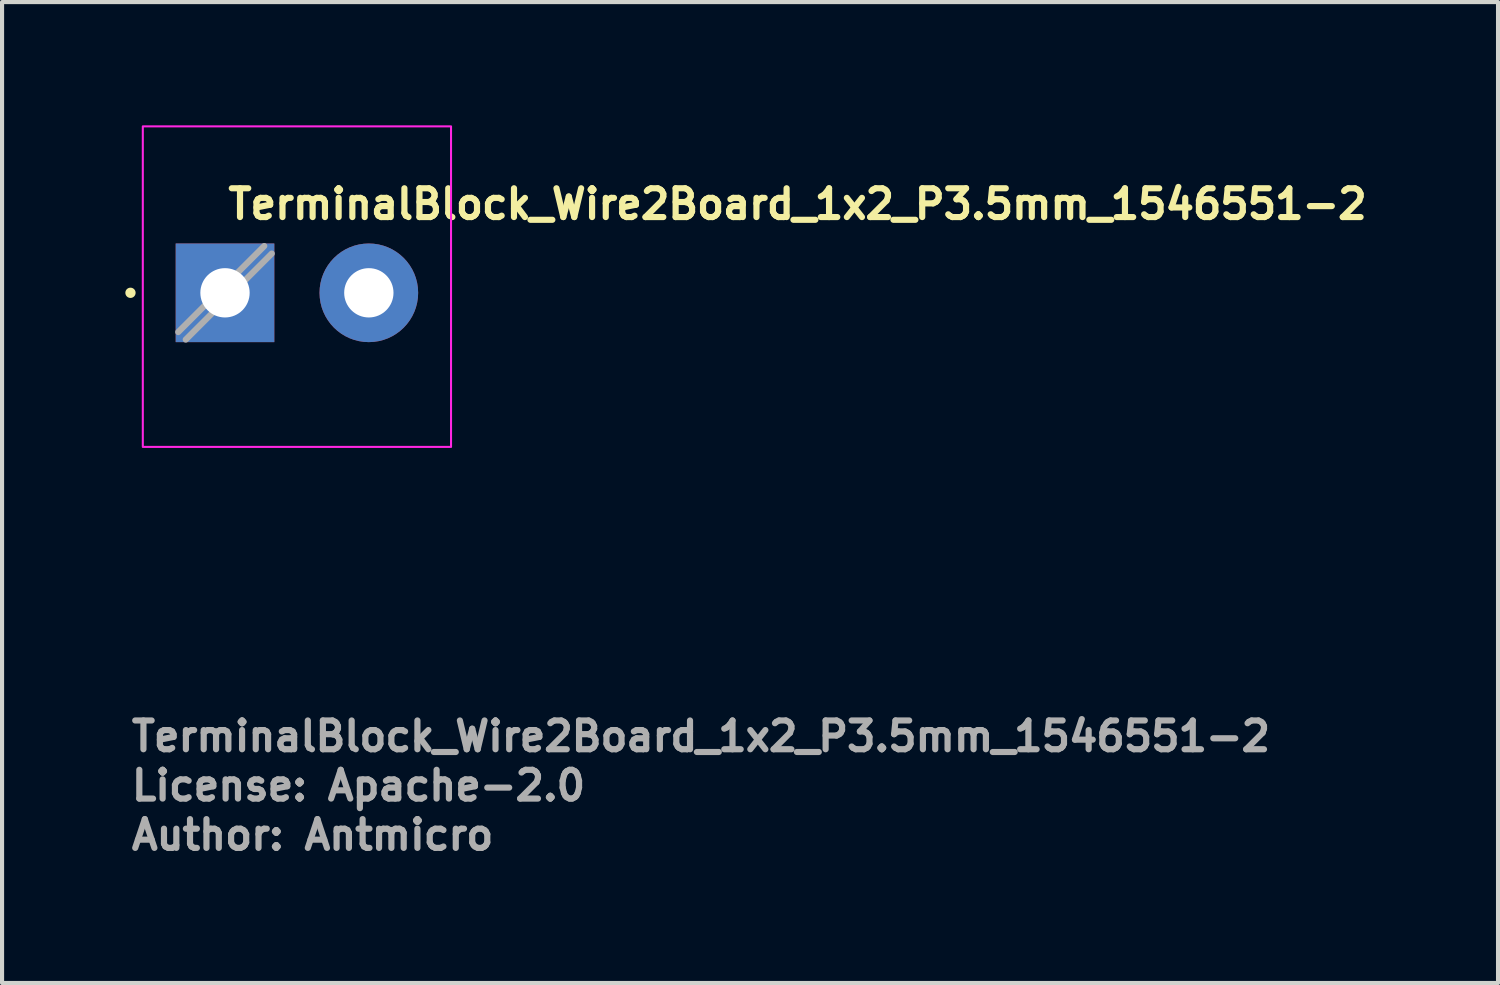
<source format=kicad_pcb>
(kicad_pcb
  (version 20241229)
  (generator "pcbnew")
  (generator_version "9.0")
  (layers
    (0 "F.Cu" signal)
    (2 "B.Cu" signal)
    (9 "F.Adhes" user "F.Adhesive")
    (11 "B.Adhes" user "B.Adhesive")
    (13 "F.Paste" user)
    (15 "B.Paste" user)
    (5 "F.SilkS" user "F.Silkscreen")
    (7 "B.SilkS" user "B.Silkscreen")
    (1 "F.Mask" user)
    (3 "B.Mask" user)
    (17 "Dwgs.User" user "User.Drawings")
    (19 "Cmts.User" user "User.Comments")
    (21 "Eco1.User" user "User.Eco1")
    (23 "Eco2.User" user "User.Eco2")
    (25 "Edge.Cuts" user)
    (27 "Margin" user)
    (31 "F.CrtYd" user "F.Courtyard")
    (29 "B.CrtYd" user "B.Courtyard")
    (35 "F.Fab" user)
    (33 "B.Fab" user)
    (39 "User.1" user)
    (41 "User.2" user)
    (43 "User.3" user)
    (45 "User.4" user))
  (footprint "TerminalBlock_Wire2Board_1x2_P3.5mm_1546551-2"
    (layer "F.Cu")
    (at 2.425 4.075)
    (property "Reference" "TerminalBlock_Wire2Board_1x2_P3.5mm_1546551-2" (at 0 -1.75 0) (layer "F.SilkS") (effects (font (size 0.7 0.7) (thickness 0.15)) (justify left bottom)))
    (attr through_hole)
    (fp_circle (center -2.3 0) (end -2.25 0) (stroke (width 0.15) (type solid)) (fill yes) (layer "F.SilkS"))
    (fp_rect (start -2 -4.05) (end 5.5 3.75) (stroke (width 0.05) (type solid)) (fill no) (layer "F.CrtYd"))
    (fp_line (start 0.955 -1.138) (end -1.138 0.955) (stroke (width 0.15) (type solid)) (layer "F.Fab"))
    (fp_line (start 1.138 -0.955) (end -0.955 1.138) (stroke (width 0.15) (type solid)) (layer "F.Fab"))
    (fp_rect (start -1.75 -3.8) (end 5.25 3.5) (stroke (width 0.1) (type solid)) (fill no) (layer "User.5"))
    (fp_line (start -1.75 -3.8) (end -1.75 -2.86) (stroke (width 0.02) (type solid)) (layer "User.9"))
    (fp_line (start -1.75 -3.8) (end -1.3 -3.8) (stroke (width 0.02) (type solid)) (layer "User.9"))
    (fp_line (start -1.75 -2.86) (end -1.75 -1.998) (stroke (width 0.02) (type solid)) (layer "User.9"))
    (fp_line (start -1.75 -2.86) (end 5.25 -2.86) (stroke (width 0.02) (type solid)) (layer "User.9"))
    (fp_line (start -1.75 -1.998) (end -1.75 -1.991) (stroke (width 0.02) (type solid)) (layer "User.9"))
    (fp_line (start -1.75 -1.998) (end 5.25 -1.998) (stroke (width 0.02) (type solid)) (layer "User.9"))
    (fp_line (start -1.75 -1.991) (end -1.75 -1.983) (stroke (width 0.02) (type solid)) (layer "User.9"))
    (fp_line (start -1.75 -1.983) (end -1.75 -1.974) (stroke (width 0.02) (type solid)) (layer "User.9"))
    (fp_line (start -1.75 -1.974) (end -1.75 -1.963) (stroke (width 0.02) (type solid)) (layer "User.9"))
    (fp_line (start -1.75 -1.963) (end -1.75 -1.951) (stroke (width 0.02) (type solid)) (layer "User.9"))
    (fp_line (start -1.75 -1.951) (end -1.75 -1.939) (stroke (width 0.02) (type solid)) (layer "User.9"))
    (fp_line (start -1.75 -1.939) (end -1.75 -1.925) (stroke (width 0.02) (type solid)) (layer "User.9"))
    (fp_line (start -1.75 -1.925) (end -1.75 -1.91) (stroke (width 0.02) (type solid)) (layer "User.9"))
    (fp_line (start -1.75 -1.91) (end -1.75 -1.895) (stroke (width 0.02) (type solid)) (layer "User.9"))
    (fp_line (start -1.75 -1.895) (end -1.75 -1.878) (stroke (width 0.02) (type solid)) (layer "User.9"))
    (fp_line (start -1.75 -1.878) (end -1.75 -1.862) (stroke (width 0.02) (type solid)) (layer "User.9"))
    (fp_line (start -1.75 -1.862) (end -1.75 -1.845) (stroke (width 0.02) (type solid)) (layer "User.9"))
    (fp_line (start -1.75 -1.845) (end -1.75 -1.827) (stroke (width 0.02) (type solid)) (layer "User.9"))
    (fp_line (start -1.75 -1.827) (end -1.75 -1.81) (stroke (width 0.02) (type solid)) (layer "User.9"))
    (fp_line (start -1.75 -1.81) (end -1.75 1.91) (stroke (width 0.02) (type solid)) (layer "User.9"))
    (fp_line (start -1.75 -1.81) (end 5.25 -1.81) (stroke (width 0.02) (type solid)) (layer "User.9"))
    (fp_line (start -1.75 1.91) (end -1.75 1.927) (stroke (width 0.02) (type solid)) (layer "User.9"))
    (fp_line (start -1.75 1.91) (end 5.25 1.91) (stroke (width 0.02) (type solid)) (layer "User.9"))
    (fp_line (start -1.75 1.927) (end -1.75 1.945) (stroke (width 0.02) (type solid)) (layer "User.9"))
    (fp_line (start -1.75 1.945) (end -1.75 1.962) (stroke (width 0.02) (type solid)) (layer "User.9"))
    (fp_line (start -1.75 1.962) (end -1.75 1.978) (stroke (width 0.02) (type solid)) (layer "User.9"))
    (fp_line (start -1.75 1.978) (end -1.75 1.995) (stroke (width 0.02) (type solid)) (layer "User.9"))
    (fp_line (start -1.75 1.995) (end -1.75 2.01) (stroke (width 0.02) (type solid)) (layer "User.9"))
    (fp_line (start -1.75 2.01) (end -1.75 2.025) (stroke (width 0.02) (type solid)) (layer "User.9"))
    (fp_line (start -1.75 2.025) (end -1.75 2.039) (stroke (width 0.02) (type solid)) (layer "User.9"))
    (fp_line (start -1.75 2.039) (end -1.75 2.051) (stroke (width 0.02) (type solid)) (layer "User.9"))
    (fp_line (start -1.75 2.051) (end -1.75 2.063) (stroke (width 0.02) (type solid)) (layer "User.9"))
    (fp_line (start -1.75 2.063) (end -1.75 2.074) (stroke (width 0.02) (type solid)) (layer "User.9"))
    (fp_line (start -1.75 2.074) (end -1.75 2.083) (stroke (width 0.02) (type solid)) (layer "User.9"))
    (fp_line (start -1.75 2.083) (end -1.75 2.091) (stroke (width 0.02) (type solid)) (layer "User.9"))
    (fp_line (start -1.75 2.091) (end -1.75 2.098) (stroke (width 0.02) (type solid)) (layer "User.9"))
    (fp_line (start -1.75 2.098) (end -1.75 3.324) (stroke (width 0.02) (type solid)) (layer "User.9"))
    (fp_line (start -1.75 2.098) (end 5.25 2.098) (stroke (width 0.02) (type solid)) (layer "User.9"))
    (fp_line (start -1.75 3.324) (end -1.75 3.5) (stroke (width 0.02) (type solid)) (layer "User.9"))
    (fp_line (start -1.75 3.324) (end 5.25 3.324) (stroke (width 0.02) (type solid)) (layer "User.9"))
    (fp_line (start -1.75 3.5) (end 5.25 3.5) (stroke (width 0.02) (type solid)) (layer "User.9"))
    (fp_line (start -1.449 -0.003) (end -1.449 0.103) (stroke (width 0.02) (type solid)) (layer "User.9"))
    (fp_line (start -1.449 0.103) (end -1.441 0.209) (stroke (width 0.02) (type solid)) (layer "User.9"))
    (fp_line (start -1.441 -0.109) (end -1.449 -0.003) (stroke (width 0.02) (type solid)) (layer "User.9"))
    (fp_line (start -1.441 0.209) (end -1.426 0.313) (stroke (width 0.02) (type solid)) (layer "User.9"))
    (fp_line (start -1.426 -0.213) (end -1.441 -0.109) (stroke (width 0.02) (type solid)) (layer "User.9"))
    (fp_line (start -1.426 0.313) (end -1.403 0.417) (stroke (width 0.02) (type solid)) (layer "User.9"))
    (fp_line (start -1.403 -0.317) (end -1.426 -0.213) (stroke (width 0.02) (type solid)) (layer "User.9"))
    (fp_line (start -1.403 0.417) (end -1.372 0.518) (stroke (width 0.02) (type solid)) (layer "User.9"))
    (fp_line (start -1.4 0.05) (end -1.396 0.155) (stroke (width 0.02) (type solid)) (layer "User.9"))
    (fp_line (start -1.4 0.05) (end -1.396 0.155) (stroke (width 0.02) (type solid)) (layer "User.9"))
    (fp_line (start -1.396 -0.055) (end -1.4 0.05) (stroke (width 0.02) (type solid)) (layer "User.9"))
    (fp_line (start -1.396 -0.055) (end -1.4 0.05) (stroke (width 0.02) (type solid)) (layer "User.9"))
    (fp_line (start -1.396 0.155) (end -1.384 0.26) (stroke (width 0.02) (type solid)) (layer "User.9"))
    (fp_line (start -1.396 0.155) (end -1.384 0.26) (stroke (width 0.02) (type solid)) (layer "User.9"))
    (fp_line (start -1.384 -0.16) (end -1.396 -0.055) (stroke (width 0.02) (type solid)) (layer "User.9"))
    (fp_line (start -1.384 -0.16) (end -1.396 -0.055) (stroke (width 0.02) (type solid)) (layer "User.9"))
    (fp_line (start -1.384 0.26) (end -1.364 0.363) (stroke (width 0.02) (type solid)) (layer "User.9"))
    (fp_line (start -1.384 0.26) (end -1.364 0.363) (stroke (width 0.02) (type solid)) (layer "User.9"))
    (fp_line (start -1.372 -0.418) (end -1.403 -0.317) (stroke (width 0.02) (type solid)) (layer "User.9"))
    (fp_line (start -1.372 0.518) (end -1.335 0.617) (stroke (width 0.02) (type solid)) (layer "User.9"))
    (fp_line (start -1.364 -0.263) (end -1.384 -0.16) (stroke (width 0.02) (type solid)) (layer "User.9"))
    (fp_line (start -1.364 -0.263) (end -1.384 -0.16) (stroke (width 0.02) (type solid)) (layer "User.9"))
    (fp_line (start -1.364 0.363) (end -1.337 0.465) (stroke (width 0.02) (type solid)) (layer "User.9"))
    (fp_line (start -1.364 0.363) (end -1.337 0.465) (stroke (width 0.02) (type solid)) (layer "User.9"))
    (fp_line (start -1.337 -0.365) (end -1.364 -0.263) (stroke (width 0.02) (type solid)) (layer "User.9"))
    (fp_line (start -1.337 -0.365) (end -1.364 -0.263) (stroke (width 0.02) (type solid)) (layer "User.9"))
    (fp_line (start -1.337 0.465) (end -1.302 0.565) (stroke (width 0.02) (type solid)) (layer "User.9"))
    (fp_line (start -1.337 0.465) (end -1.302 0.565) (stroke (width 0.02) (type solid)) (layer "User.9"))
    (fp_line (start -1.335 -0.517) (end -1.372 -0.418) (stroke (width 0.02) (type solid)) (layer "User.9"))
    (fp_line (start -1.335 0.617) (end -1.29 0.713) (stroke (width 0.02) (type solid)) (layer "User.9"))
    (fp_line (start -1.302 -0.465) (end -1.337 -0.365) (stroke (width 0.02) (type solid)) (layer "User.9"))
    (fp_line (start -1.302 -0.465) (end -1.337 -0.365) (stroke (width 0.02) (type solid)) (layer "User.9"))
    (fp_line (start -1.302 0.565) (end -1.26 0.661) (stroke (width 0.02) (type solid)) (layer "User.9"))
    (fp_line (start -1.302 0.565) (end -1.26 0.661) (stroke (width 0.02) (type solid)) (layer "User.9"))
    (fp_line (start -1.3 -3.8) (end -1.3 -3.55) (stroke (width 0.02) (type solid)) (layer "User.9"))
    (fp_line (start -1.3 -3.8) (end -1.25 -3.8) (stroke (width 0.02) (type solid)) (layer "User.9"))
    (fp_line (start -1.3 -3.55) (end -1.25 -3.55) (stroke (width 0.02) (type solid)) (layer "User.9"))
    (fp_line (start -1.29 -0.613) (end -1.335 -0.517) (stroke (width 0.02) (type solid)) (layer "User.9"))
    (fp_line (start -1.29 0.713) (end -1.238 0.805) (stroke (width 0.02) (type solid)) (layer "User.9"))
    (fp_line (start -1.26 -0.561) (end -1.302 -0.465) (stroke (width 0.02) (type solid)) (layer "User.9"))
    (fp_line (start -1.26 -0.561) (end -1.302 -0.465) (stroke (width 0.02) (type solid)) (layer "User.9"))
    (fp_line (start -1.26 0.661) (end -1.21 0.754) (stroke (width 0.02) (type solid)) (layer "User.9"))
    (fp_line (start -1.26 0.661) (end -1.21 0.754) (stroke (width 0.02) (type solid)) (layer "User.9"))
    (fp_line (start -1.25 -3.8) (end -1.25 -3.55) (stroke (width 0.02) (type solid)) (layer "User.9"))
    (fp_line (start -1.25 0.05) (end -1.246 0.148) (stroke (width 0.02) (type solid)) (layer "User.9"))
    (fp_line (start -1.246 -0.048) (end -1.25 0.05) (stroke (width 0.02) (type solid)) (layer "User.9"))
    (fp_line (start -1.246 0.148) (end -1.235 0.245) (stroke (width 0.02) (type solid)) (layer "User.9"))
    (fp_line (start -1.238 -0.705) (end -1.29 -0.613) (stroke (width 0.02) (type solid)) (layer "User.9"))
    (fp_line (start -1.238 0.805) (end -1.179 0.894) (stroke (width 0.02) (type solid)) (layer "User.9"))
    (fp_line (start -1.235 -0.145) (end -1.246 -0.048) (stroke (width 0.02) (type solid)) (layer "User.9"))
    (fp_line (start -1.235 0.245) (end -1.216 0.34) (stroke (width 0.02) (type solid)) (layer "User.9"))
    (fp_line (start -1.216 -0.24) (end -1.235 -0.145) (stroke (width 0.02) (type solid)) (layer "User.9"))
    (fp_line (start -1.216 0.34) (end -1.189 0.434) (stroke (width 0.02) (type solid)) (layer "User.9"))
    (fp_line (start -1.21 -0.654) (end -1.26 -0.561) (stroke (width 0.02) (type solid)) (layer "User.9"))
    (fp_line (start -1.21 -0.654) (end -1.26 -0.561) (stroke (width 0.02) (type solid)) (layer "User.9"))
    (fp_line (start -1.21 0.754) (end -1.154 0.843) (stroke (width 0.02) (type solid)) (layer "User.9"))
    (fp_line (start -1.21 0.754) (end -1.154 0.843) (stroke (width 0.02) (type solid)) (layer "User.9"))
    (fp_line (start -1.189 -0.334) (end -1.216 -0.24) (stroke (width 0.02) (type solid)) (layer "User.9"))
    (fp_line (start -1.189 0.434) (end -1.156 0.526) (stroke (width 0.02) (type solid)) (layer "User.9"))
    (fp_line (start -1.179 -0.794) (end -1.238 -0.705) (stroke (width 0.02) (type solid)) (layer "User.9"))
    (fp_line (start -1.179 0.894) (end -1.115 0.978) (stroke (width 0.02) (type solid)) (layer "User.9"))
    (fp_line (start -1.156 -0.426) (end -1.189 -0.334) (stroke (width 0.02) (type solid)) (layer "User.9"))
    (fp_line (start -1.156 0.526) (end -1.115 0.615) (stroke (width 0.02) (type solid)) (layer "User.9"))
    (fp_line (start -1.154 -0.743) (end -1.21 -0.654) (stroke (width 0.02) (type solid)) (layer "User.9"))
    (fp_line (start -1.154 -0.743) (end -1.21 -0.654) (stroke (width 0.02) (type solid)) (layer "User.9"))
    (fp_line (start -1.154 0.843) (end -1.091 0.927) (stroke (width 0.02) (type solid)) (layer "User.9"))
    (fp_line (start -1.154 0.843) (end -1.091 0.927) (stroke (width 0.02) (type solid)) (layer "User.9"))
    (fp_line (start -1.115 -0.878) (end -1.179 -0.794) (stroke (width 0.02) (type solid)) (layer "User.9"))
    (fp_line (start -1.115 -0.515) (end -1.156 -0.426) (stroke (width 0.02) (type solid)) (layer "User.9"))
    (fp_line (start -1.115 0.615) (end -1.068 0.7) (stroke (width 0.02) (type solid)) (layer "User.9"))
    (fp_line (start -1.115 0.978) (end -1.044 1.056) (stroke (width 0.02) (type solid)) (layer "User.9"))
    (fp_line (start -1.091 -0.827) (end -1.154 -0.743) (stroke (width 0.02) (type solid)) (layer "User.9"))
    (fp_line (start -1.091 -0.827) (end -1.154 -0.743) (stroke (width 0.02) (type solid)) (layer "User.9"))
    (fp_line (start -1.091 0.927) (end -1.022 1.007) (stroke (width 0.02) (type solid)) (layer "User.9"))
    (fp_line (start -1.091 0.927) (end -1.022 1.007) (stroke (width 0.02) (type solid)) (layer "User.9"))
    (fp_line (start -1.068 -0.6) (end -1.115 -0.515) (stroke (width 0.02) (type solid)) (layer "User.9"))
    (fp_line (start -1.068 0.7) (end -1.014 0.782) (stroke (width 0.02) (type solid)) (layer "User.9"))
    (fp_line (start -1.044 -0.956) (end -1.115 -0.878) (stroke (width 0.02) (type solid)) (layer "User.9"))
    (fp_line (start -1.044 1.056) (end -0.968 1.13) (stroke (width 0.02) (type solid)) (layer "User.9"))
    (fp_line (start -1.022 -0.907) (end -1.091 -0.827) (stroke (width 0.02) (type solid)) (layer "User.9"))
    (fp_line (start -1.022 -0.907) (end -1.091 -0.827) (stroke (width 0.02) (type solid)) (layer "User.9"))
    (fp_line (start -1.022 1.007) (end -0.947 1.081) (stroke (width 0.02) (type solid)) (layer "User.9"))
    (fp_line (start -1.022 1.007) (end -0.947 1.081) (stroke (width 0.02) (type solid)) (layer "User.9"))
    (fp_line (start -1.014 -0.682) (end -1.068 -0.6) (stroke (width 0.02) (type solid)) (layer "User.9"))
    (fp_line (start -1.014 0.782) (end -0.953 0.858) (stroke (width 0.02) (type solid)) (layer "User.9"))
    (fp_line (start -0.968 -1.03) (end -1.044 -0.956) (stroke (width 0.02) (type solid)) (layer "User.9"))
    (fp_line (start -0.968 1.13) (end -0.886 1.198) (stroke (width 0.02) (type solid)) (layer "User.9"))
    (fp_line (start -0.953 -0.758) (end -1.014 -0.682) (stroke (width 0.02) (type solid)) (layer "User.9"))
    (fp_line (start -0.953 0.858) (end -0.887 0.93) (stroke (width 0.02) (type solid)) (layer "User.9"))
    (fp_line (start -0.947 -0.981) (end -1.022 -0.907) (stroke (width 0.02) (type solid)) (layer "User.9"))
    (fp_line (start -0.947 -0.981) (end -1.022 -0.907) (stroke (width 0.02) (type solid)) (layer "User.9"))
    (fp_line (start -0.947 1.081) (end -0.867 1.149) (stroke (width 0.02) (type solid)) (layer "User.9"))
    (fp_line (start -0.947 1.081) (end -0.867 1.149) (stroke (width 0.02) (type solid)) (layer "User.9"))
    (fp_line (start -0.887 -0.83) (end -0.953 -0.758) (stroke (width 0.02) (type solid)) (layer "User.9"))
    (fp_line (start -0.887 0.93) (end -0.816 0.997) (stroke (width 0.02) (type solid)) (layer "User.9"))
    (fp_line (start -0.886 -1.098) (end -0.968 -1.03) (stroke (width 0.02) (type solid)) (layer "User.9"))
    (fp_line (start -0.886 1.198) (end -0.8 1.259) (stroke (width 0.02) (type solid)) (layer "User.9"))
    (fp_line (start -0.867 -1.049) (end -0.947 -0.981) (stroke (width 0.02) (type solid)) (layer "User.9"))
    (fp_line (start -0.867 -1.049) (end -0.947 -0.981) (stroke (width 0.02) (type solid)) (layer "User.9"))
    (fp_line (start -0.867 1.149) (end -0.782 1.212) (stroke (width 0.02) (type solid)) (layer "User.9"))
    (fp_line (start -0.867 1.149) (end -0.782 1.212) (stroke (width 0.02) (type solid)) (layer "User.9"))
    (fp_line (start -0.816 -0.897) (end -0.887 -0.83) (stroke (width 0.02) (type solid)) (layer "User.9"))
    (fp_line (start -0.816 0.997) (end -0.74 1.058) (stroke (width 0.02) (type solid)) (layer "User.9"))
    (fp_line (start -0.8 -1.159) (end -0.886 -1.098) (stroke (width 0.02) (type solid)) (layer "User.9"))
    (fp_line (start -0.8 1.259) (end -0.71 1.314) (stroke (width 0.02) (type solid)) (layer "User.9"))
    (fp_line (start -0.782 -1.112) (end -0.867 -1.049) (stroke (width 0.02) (type solid)) (layer "User.9"))
    (fp_line (start -0.782 -1.112) (end -0.867 -1.049) (stroke (width 0.02) (type solid)) (layer "User.9"))
    (fp_line (start -0.782 1.212) (end -0.692 1.267) (stroke (width 0.02) (type solid)) (layer "User.9"))
    (fp_line (start -0.782 1.212) (end -0.692 1.267) (stroke (width 0.02) (type solid)) (layer "User.9"))
    (fp_line (start -0.74 -0.958) (end -0.816 -0.897) (stroke (width 0.02) (type solid)) (layer "User.9"))
    (fp_line (start -0.74 1.058) (end -0.659 1.112) (stroke (width 0.02) (type solid)) (layer "User.9"))
    (fp_line (start -0.71 -1.214) (end -0.8 -1.159) (stroke (width 0.02) (type solid)) (layer "User.9"))
    (fp_line (start -0.71 1.314) (end -0.615 1.363) (stroke (width 0.02) (type solid)) (layer "User.9"))
    (fp_line (start -0.692 -1.167) (end -0.782 -1.112) (stroke (width 0.02) (type solid)) (layer "User.9"))
    (fp_line (start -0.692 -1.167) (end -0.782 -1.112) (stroke (width 0.02) (type solid)) (layer "User.9"))
    (fp_line (start -0.692 1.267) (end -0.599 1.316) (stroke (width 0.02) (type solid)) (layer "User.9"))
    (fp_line (start -0.692 1.267) (end -0.599 1.316) (stroke (width 0.02) (type solid)) (layer "User.9"))
    (fp_line (start -0.659 -1.012) (end -0.74 -0.958) (stroke (width 0.02) (type solid)) (layer "User.9"))
    (fp_line (start -0.659 1.112) (end -0.574 1.161) (stroke (width 0.02) (type solid)) (layer "User.9"))
    (fp_line (start -0.615 -1.263) (end -0.71 -1.214) (stroke (width 0.02) (type solid)) (layer "User.9"))
    (fp_line (start -0.615 1.363) (end -0.518 1.404) (stroke (width 0.02) (type solid)) (layer "User.9"))
    (fp_line (start -0.599 -1.216) (end -0.692 -1.167) (stroke (width 0.02) (type solid)) (layer "User.9"))
    (fp_line (start -0.599 -1.216) (end -0.692 -1.167) (stroke (width 0.02) (type solid)) (layer "User.9"))
    (fp_line (start -0.599 1.316) (end -0.502 1.357) (stroke (width 0.02) (type solid)) (layer "User.9"))
    (fp_line (start -0.599 1.316) (end -0.502 1.357) (stroke (width 0.02) (type solid)) (layer "User.9"))
    (fp_line (start -0.574 -1.061) (end -0.659 -1.012) (stroke (width 0.02) (type solid)) (layer "User.9"))
    (fp_line (start -0.574 1.161) (end -0.485 1.202) (stroke (width 0.02) (type solid)) (layer "User.9"))
    (fp_line (start -0.518 -1.304) (end -0.615 -1.263) (stroke (width 0.02) (type solid)) (layer "User.9"))
    (fp_line (start -0.518 1.404) (end -0.418 1.439) (stroke (width 0.02) (type solid)) (layer "User.9"))
    (fp_line (start -0.502 -1.257) (end -0.599 -1.216) (stroke (width 0.02) (type solid)) (layer "User.9"))
    (fp_line (start -0.502 -1.257) (end -0.599 -1.216) (stroke (width 0.02) (type solid)) (layer "User.9"))
    (fp_line (start -0.502 1.357) (end -0.402 1.391) (stroke (width 0.02) (type solid)) (layer "User.9"))
    (fp_line (start -0.502 1.357) (end -0.402 1.391) (stroke (width 0.02) (type solid)) (layer "User.9"))
    (fp_line (start -0.5 -3.55) (end -0.45 -3.55) (stroke (width 0.02) (type solid)) (layer "User.9"))
    (fp_line (start -0.5 -2.864) (end -0.5 -3.55) (stroke (width 0.02) (type solid)) (layer "User.9"))
    (fp_line (start -0.485 -1.102) (end -0.574 -1.061) (stroke (width 0.02) (type solid)) (layer "User.9"))
    (fp_line (start -0.485 1.202) (end -0.394 1.236) (stroke (width 0.02) (type solid)) (layer "User.9"))
    (fp_line (start -0.45 -3.8) (end -1.25 -3.8) (stroke (width 0.02) (type solid)) (layer "User.9"))
    (fp_line (start -0.45 -3.8) (end 1.3 -3.8) (stroke (width 0.02) (type solid)) (layer "User.9"))
    (fp_line (start -0.45 -3.55) (end -0.45 -3.8) (stroke (width 0.02) (type solid)) (layer "User.9"))
    (fp_line (start -0.418 -1.339) (end -0.518 -1.304) (stroke (width 0.02) (type solid)) (layer "User.9"))
    (fp_line (start -0.418 1.439) (end -0.315 1.465) (stroke (width 0.02) (type solid)) (layer "User.9"))
    (fp_line (start -0.402 -1.291) (end -0.502 -1.257) (stroke (width 0.02) (type solid)) (layer "User.9"))
    (fp_line (start -0.402 -1.291) (end -0.502 -1.257) (stroke (width 0.02) (type solid)) (layer "User.9"))
    (fp_line (start -0.402 1.391) (end -0.3 1.417) (stroke (width 0.02) (type solid)) (layer "User.9"))
    (fp_line (start -0.402 1.391) (end -0.3 1.417) (stroke (width 0.02) (type solid)) (layer "User.9"))
    (fp_line (start -0.394 -1.136) (end -0.485 -1.102) (stroke (width 0.02) (type solid)) (layer "User.9"))
    (fp_line (start -0.394 1.236) (end -0.3 1.263) (stroke (width 0.02) (type solid)) (layer "User.9"))
    (fp_line (start -0.315 -1.365) (end -0.418 -1.339) (stroke (width 0.02) (type solid)) (layer "User.9"))
    (fp_line (start -0.315 1.465) (end -0.211 1.485) (stroke (width 0.02) (type solid)) (layer "User.9"))
    (fp_line (start -0.3 -1.317) (end -0.402 -1.291) (stroke (width 0.02) (type solid)) (layer "User.9"))
    (fp_line (start -0.3 -1.317) (end -0.402 -1.291) (stroke (width 0.02) (type solid)) (layer "User.9"))
    (fp_line (start -0.3 -1.315) (end -0.3 -1.317) (stroke (width 0.02) (type solid)) (layer "User.9"))
    (fp_line (start -0.3 -1.306) (end -0.3 -1.315) (stroke (width 0.02) (type solid)) (layer "User.9"))
    (fp_line (start -0.3 -1.292) (end -0.3 -1.306) (stroke (width 0.02) (type solid)) (layer "User.9"))
    (fp_line (start -0.3 -1.273) (end -0.3 -1.292) (stroke (width 0.02) (type solid)) (layer "User.9"))
    (fp_line (start -0.3 -1.25) (end -0.3 -1.273) (stroke (width 0.02) (type solid)) (layer "User.9"))
    (fp_line (start -0.3 -1.223) (end -0.3 -1.25) (stroke (width 0.02) (type solid)) (layer "User.9"))
    (fp_line (start -0.3 -1.163) (end -0.394 -1.136) (stroke (width 0.02) (type solid)) (layer "User.9"))
    (fp_line (start -0.3 -1.163) (end -0.3 -1.223) (stroke (width 0.02) (type solid)) (layer "User.9"))
    (fp_line (start -0.3 1.263) (end -0.3 -1.163) (stroke (width 0.02) (type solid)) (layer "User.9"))
    (fp_line (start -0.3 1.323) (end -0.3 1.263) (stroke (width 0.02) (type solid)) (layer "User.9"))
    (fp_line (start -0.3 1.35) (end -0.3 1.323) (stroke (width 0.02) (type solid)) (layer "User.9"))
    (fp_line (start -0.3 1.373) (end -0.3 1.35) (stroke (width 0.02) (type solid)) (layer "User.9"))
    (fp_line (start -0.3 1.392) (end -0.3 1.373) (stroke (width 0.02) (type solid)) (layer "User.9"))
    (fp_line (start -0.3 1.406) (end -0.3 1.392) (stroke (width 0.02) (type solid)) (layer "User.9"))
    (fp_line (start -0.3 1.415) (end -0.3 1.406) (stroke (width 0.02) (type solid)) (layer "User.9"))
    (fp_line (start -0.3 1.417) (end -0.3 1.415) (stroke (width 0.02) (type solid)) (layer "User.9"))
    (fp_line (start -0.3 1.417) (end -0.201 1.436) (stroke (width 0.02) (type solid)) (layer "User.9"))
    (fp_line (start -0.211 -1.385) (end -0.315 -1.365) (stroke (width 0.02) (type solid)) (layer "User.9"))
    (fp_line (start -0.211 1.485) (end -0.106 1.496) (stroke (width 0.02) (type solid)) (layer "User.9"))
    (fp_line (start -0.201 -1.336) (end -0.3 -1.317) (stroke (width 0.02) (type solid)) (layer "User.9"))
    (fp_line (start -0.201 1.436) (end -0.101 1.446) (stroke (width 0.02) (type solid)) (layer "User.9"))
    (fp_line (start -0.106 -1.396) (end -0.211 -1.385) (stroke (width 0.02) (type solid)) (layer "User.9"))
    (fp_line (start -0.106 1.496) (end 0 1.5) (stroke (width 0.02) (type solid)) (layer "User.9"))
    (fp_line (start -0.101 -1.346) (end -0.201 -1.336) (stroke (width 0.02) (type solid)) (layer "User.9"))
    (fp_line (start -0.101 1.446) (end 0 1.45) (stroke (width 0.02) (type solid)) (layer "User.9"))
    (fp_line (start 0 -1.4) (end -0.106 -1.396) (stroke (width 0.02) (type solid)) (layer "User.9"))
    (fp_line (start 0 -1.35) (end -0.101 -1.346) (stroke (width 0.02) (type solid)) (layer "User.9"))
    (fp_line (start 0 1.45) (end 0.101 1.446) (stroke (width 0.02) (type solid)) (layer "User.9"))
    (fp_line (start 0 1.5) (end 0.106 1.496) (stroke (width 0.02) (type solid)) (layer "User.9"))
    (fp_line (start 0.101 -1.346) (end 0 -1.35) (stroke (width 0.02) (type solid)) (layer "User.9"))
    (fp_line (start 0.101 1.446) (end 0.201 1.436) (stroke (width 0.02) (type solid)) (layer "User.9"))
    (fp_line (start 0.106 -1.396) (end 0 -1.4) (stroke (width 0.02) (type solid)) (layer "User.9"))
    (fp_line (start 0.106 1.496) (end 0.211 1.485) (stroke (width 0.02) (type solid)) (layer "User.9"))
    (fp_line (start 0.201 -1.336) (end 0.101 -1.346) (stroke (width 0.02) (type solid)) (layer "User.9"))
    (fp_line (start 0.201 1.436) (end 0.3 1.417) (stroke (width 0.02) (type solid)) (layer "User.9"))
    (fp_line (start 0.211 -1.385) (end 0.106 -1.396) (stroke (width 0.02) (type solid)) (layer "User.9"))
    (fp_line (start 0.211 1.485) (end 0.315 1.465) (stroke (width 0.02) (type solid)) (layer "User.9"))
    (fp_line (start 0.3 -1.317) (end 0.201 -1.336) (stroke (width 0.02) (type solid)) (layer "User.9"))
    (fp_line (start 0.3 -1.317) (end 0.3 -1.315) (stroke (width 0.02) (type solid)) (layer "User.9"))
    (fp_line (start 0.3 -1.315) (end 0.3 -1.306) (stroke (width 0.02) (type solid)) (layer "User.9"))
    (fp_line (start 0.3 -1.306) (end 0.3 -1.292) (stroke (width 0.02) (type solid)) (layer "User.9"))
    (fp_line (start 0.3 -1.292) (end 0.3 -1.273) (stroke (width 0.02) (type solid)) (layer "User.9"))
    (fp_line (start 0.3 -1.273) (end 0.3 -1.25) (stroke (width 0.02) (type solid)) (layer "User.9"))
    (fp_line (start 0.3 -1.25) (end 0.3 -1.223) (stroke (width 0.02) (type solid)) (layer "User.9"))
    (fp_line (start 0.3 -1.223) (end 0.3 -1.163) (stroke (width 0.02) (type solid)) (layer "User.9"))
    (fp_line (start 0.3 1.263) (end 0.3 -1.163) (stroke (width 0.02) (type solid)) (layer "User.9"))
    (fp_line (start 0.3 1.263) (end 0.3 1.323) (stroke (width 0.02) (type solid)) (layer "User.9"))
    (fp_line (start 0.3 1.263) (end 0.394 1.236) (stroke (width 0.02) (type solid)) (layer "User.9"))
    (fp_line (start 0.3 1.323) (end 0.3 1.35) (stroke (width 0.02) (type solid)) (layer "User.9"))
    (fp_line (start 0.3 1.35) (end 0.3 1.373) (stroke (width 0.02) (type solid)) (layer "User.9"))
    (fp_line (start 0.3 1.373) (end 0.3 1.392) (stroke (width 0.02) (type solid)) (layer "User.9"))
    (fp_line (start 0.3 1.392) (end 0.3 1.406) (stroke (width 0.02) (type solid)) (layer "User.9"))
    (fp_line (start 0.3 1.406) (end 0.3 1.415) (stroke (width 0.02) (type solid)) (layer "User.9"))
    (fp_line (start 0.3 1.415) (end 0.3 1.417) (stroke (width 0.02) (type solid)) (layer "User.9"))
    (fp_line (start 0.3 1.417) (end 0.402 1.391) (stroke (width 0.02) (type solid)) (layer "User.9"))
    (fp_line (start 0.3 1.417) (end 0.402 1.391) (stroke (width 0.02) (type solid)) (layer "User.9"))
    (fp_line (start 0.315 -1.365) (end 0.211 -1.385) (stroke (width 0.02) (type solid)) (layer "User.9"))
    (fp_line (start 0.315 1.465) (end 0.418 1.439) (stroke (width 0.02) (type solid)) (layer "User.9"))
    (fp_line (start 0.394 -1.136) (end 0.3 -1.163) (stroke (width 0.02) (type solid)) (layer "User.9"))
    (fp_line (start 0.394 1.236) (end 0.485 1.202) (stroke (width 0.02) (type solid)) (layer "User.9"))
    (fp_line (start 0.402 -1.291) (end 0.3 -1.317) (stroke (width 0.02) (type solid)) (layer "User.9"))
    (fp_line (start 0.402 -1.291) (end 0.3 -1.317) (stroke (width 0.02) (type solid)) (layer "User.9"))
    (fp_line (start 0.402 1.391) (end 0.502 1.357) (stroke (width 0.02) (type solid)) (layer "User.9"))
    (fp_line (start 0.402 1.391) (end 0.502 1.357) (stroke (width 0.02) (type solid)) (layer "User.9"))
    (fp_line (start 0.418 -1.339) (end 0.315 -1.365) (stroke (width 0.02) (type solid)) (layer "User.9"))
    (fp_line (start 0.418 1.439) (end 0.518 1.404) (stroke (width 0.02) (type solid)) (layer "User.9"))
    (fp_line (start 0.485 -1.102) (end 0.394 -1.136) (stroke (width 0.02) (type solid)) (layer "User.9"))
    (fp_line (start 0.485 1.202) (end 0.574 1.161) (stroke (width 0.02) (type solid)) (layer "User.9"))
    (fp_line (start 0.5 -3.55) (end 0.5 -2.864) (stroke (width 0.02) (type solid)) (layer "User.9"))
    (fp_line (start 0.5 -3.55) (end 1.3 -3.55) (stroke (width 0.02) (type solid)) (layer "User.9"))
    (fp_line (start 0.5 -3.1) (end -0.5 -3.1) (stroke (width 0.02) (type solid)) (layer "User.9"))
    (fp_line (start 0.5 -2.864) (end -0.5 -2.864) (stroke (width 0.02) (type solid)) (layer "User.9"))
    (fp_line (start 0.502 -1.257) (end 0.402 -1.291) (stroke (width 0.02) (type solid)) (layer "User.9"))
    (fp_line (start 0.502 -1.257) (end 0.402 -1.291) (stroke (width 0.02) (type solid)) (layer "User.9"))
    (fp_line (start 0.502 1.357) (end 0.599 1.316) (stroke (width 0.02) (type solid)) (layer "User.9"))
    (fp_line (start 0.502 1.357) (end 0.599 1.316) (stroke (width 0.02) (type solid)) (layer "User.9"))
    (fp_line (start 0.518 -1.304) (end 0.418 -1.339) (stroke (width 0.02) (type solid)) (layer "User.9"))
    (fp_line (start 0.518 1.404) (end 0.615 1.363) (stroke (width 0.02) (type solid)) (layer "User.9"))
    (fp_line (start 0.574 -1.061) (end 0.485 -1.102) (stroke (width 0.02) (type solid)) (layer "User.9"))
    (fp_line (start 0.574 1.161) (end 0.659 1.112) (stroke (width 0.02) (type solid)) (layer "User.9"))
    (fp_line (start 0.599 -1.216) (end 0.502 -1.257) (stroke (width 0.02) (type solid)) (layer "User.9"))
    (fp_line (start 0.599 -1.216) (end 0.502 -1.257) (stroke (width 0.02) (type solid)) (layer "User.9"))
    (fp_line (start 0.599 1.316) (end 0.692 1.267) (stroke (width 0.02) (type solid)) (layer "User.9"))
    (fp_line (start 0.599 1.316) (end 0.692 1.267) (stroke (width 0.02) (type solid)) (layer "User.9"))
    (fp_line (start 0.615 -1.263) (end 0.518 -1.304) (stroke (width 0.02) (type solid)) (layer "User.9"))
    (fp_line (start 0.615 1.363) (end 0.71 1.314) (stroke (width 0.02) (type solid)) (layer "User.9"))
    (fp_line (start 0.659 -1.012) (end 0.574 -1.061) (stroke (width 0.02) (type solid)) (layer "User.9"))
    (fp_line (start 0.659 1.112) (end 0.74 1.058) (stroke (width 0.02) (type solid)) (layer "User.9"))
    (fp_line (start 0.692 -1.167) (end 0.599 -1.216) (stroke (width 0.02) (type solid)) (layer "User.9"))
    (fp_line (start 0.692 -1.167) (end 0.599 -1.216) (stroke (width 0.02) (type solid)) (layer "User.9"))
    (fp_line (start 0.692 1.267) (end 0.782 1.212) (stroke (width 0.02) (type solid)) (layer "User.9"))
    (fp_line (start 0.692 1.267) (end 0.782 1.212) (stroke (width 0.02) (type solid)) (layer "User.9"))
    (fp_line (start 0.71 -1.214) (end 0.615 -1.263) (stroke (width 0.02) (type solid)) (layer "User.9"))
    (fp_line (start 0.71 1.314) (end 0.8 1.259) (stroke (width 0.02) (type solid)) (layer "User.9"))
    (fp_line (start 0.74 -0.958) (end 0.659 -1.012) (stroke (width 0.02) (type solid)) (layer "User.9"))
    (fp_line (start 0.74 1.058) (end 0.816 0.997) (stroke (width 0.02) (type solid)) (layer "User.9"))
    (fp_line (start 0.782 -1.112) (end 0.692 -1.167) (stroke (width 0.02) (type solid)) (layer "User.9"))
    (fp_line (start 0.782 -1.112) (end 0.692 -1.167) (stroke (width 0.02) (type solid)) (layer "User.9"))
    (fp_line (start 0.782 1.212) (end 0.867 1.149) (stroke (width 0.02) (type solid)) (layer "User.9"))
    (fp_line (start 0.782 1.212) (end 0.867 1.149) (stroke (width 0.02) (type solid)) (layer "User.9"))
    (fp_line (start 0.8 -1.159) (end 0.71 -1.214) (stroke (width 0.02) (type solid)) (layer "User.9"))
    (fp_line (start 0.8 1.259) (end 0.886 1.198) (stroke (width 0.02) (type solid)) (layer "User.9"))
    (fp_line (start 0.816 -0.897) (end 0.74 -0.958) (stroke (width 0.02) (type solid)) (layer "User.9"))
    (fp_line (start 0.816 0.997) (end 0.887 0.93) (stroke (width 0.02) (type solid)) (layer "User.9"))
    (fp_line (start 0.867 -1.049) (end 0.782 -1.112) (stroke (width 0.02) (type solid)) (layer "User.9"))
    (fp_line (start 0.867 -1.049) (end 0.782 -1.112) (stroke (width 0.02) (type solid)) (layer "User.9"))
    (fp_line (start 0.867 1.149) (end 0.947 1.081) (stroke (width 0.02) (type solid)) (layer "User.9"))
    (fp_line (start 0.867 1.149) (end 0.947 1.081) (stroke (width 0.02) (type solid)) (layer "User.9"))
    (fp_line (start 0.886 -1.098) (end 0.8 -1.159) (stroke (width 0.02) (type solid)) (layer "User.9"))
    (fp_line (start 0.886 1.198) (end 0.968 1.13) (stroke (width 0.02) (type solid)) (layer "User.9"))
    (fp_line (start 0.887 -0.83) (end 0.816 -0.897) (stroke (width 0.02) (type solid)) (layer "User.9"))
    (fp_line (start 0.887 0.93) (end 0.953 0.858) (stroke (width 0.02) (type solid)) (layer "User.9"))
    (fp_line (start 0.947 -0.981) (end 0.867 -1.049) (stroke (width 0.02) (type solid)) (layer "User.9"))
    (fp_line (start 0.947 -0.981) (end 0.867 -1.049) (stroke (width 0.02) (type solid)) (layer "User.9"))
    (fp_line (start 0.947 1.081) (end 1.022 1.007) (stroke (width 0.02) (type solid)) (layer "User.9"))
    (fp_line (start 0.947 1.081) (end 1.022 1.007) (stroke (width 0.02) (type solid)) (layer "User.9"))
    (fp_line (start 0.953 -0.758) (end 0.887 -0.83) (stroke (width 0.02) (type solid)) (layer "User.9"))
    (fp_line (start 0.953 0.858) (end 1.014 0.782) (stroke (width 0.02) (type solid)) (layer "User.9"))
    (fp_line (start 0.968 -1.03) (end 0.886 -1.098) (stroke (width 0.02) (type solid)) (layer "User.9"))
    (fp_line (start 0.968 1.13) (end 1.044 1.056) (stroke (width 0.02) (type solid)) (layer "User.9"))
    (fp_line (start 1.014 -0.682) (end 0.953 -0.758) (stroke (width 0.02) (type solid)) (layer "User.9"))
    (fp_line (start 1.014 0.782) (end 1.068 0.7) (stroke (width 0.02) (type solid)) (layer "User.9"))
    (fp_line (start 1.022 -0.907) (end 0.947 -0.981) (stroke (width 0.02) (type solid)) (layer "User.9"))
    (fp_line (start 1.022 -0.907) (end 0.947 -0.981) (stroke (width 0.02) (type solid)) (layer "User.9"))
    (fp_line (start 1.022 1.007) (end 1.091 0.927) (stroke (width 0.02) (type solid)) (layer "User.9"))
    (fp_line (start 1.022 1.007) (end 1.091 0.927) (stroke (width 0.02) (type solid)) (layer "User.9"))
    (fp_line (start 1.044 -0.956) (end 0.968 -1.03) (stroke (width 0.02) (type solid)) (layer "User.9"))
    (fp_line (start 1.044 1.056) (end 1.115 0.978) (stroke (width 0.02) (type solid)) (layer "User.9"))
    (fp_line (start 1.068 -0.6) (end 1.014 -0.682) (stroke (width 0.02) (type solid)) (layer "User.9"))
    (fp_line (start 1.068 0.7) (end 1.115 0.615) (stroke (width 0.02) (type solid)) (layer "User.9"))
    (fp_line (start 1.091 -0.827) (end 1.022 -0.907) (stroke (width 0.02) (type solid)) (layer "User.9"))
    (fp_line (start 1.091 -0.827) (end 1.022 -0.907) (stroke (width 0.02) (type solid)) (layer "User.9"))
    (fp_line (start 1.091 0.927) (end 1.154 0.843) (stroke (width 0.02) (type solid)) (layer "User.9"))
    (fp_line (start 1.091 0.927) (end 1.154 0.843) (stroke (width 0.02) (type solid)) (layer "User.9"))
    (fp_line (start 1.115 -0.878) (end 1.044 -0.956) (stroke (width 0.02) (type solid)) (layer "User.9"))
    (fp_line (start 1.115 -0.515) (end 1.068 -0.6) (stroke (width 0.02) (type solid)) (layer "User.9"))
    (fp_line (start 1.115 0.615) (end 1.156 0.526) (stroke (width 0.02) (type solid)) (layer "User.9"))
    (fp_line (start 1.115 0.978) (end 1.179 0.894) (stroke (width 0.02) (type solid)) (layer "User.9"))
    (fp_line (start 1.154 -0.743) (end 1.091 -0.827) (stroke (width 0.02) (type solid)) (layer "User.9"))
    (fp_line (start 1.154 -0.743) (end 1.091 -0.827) (stroke (width 0.02) (type solid)) (layer "User.9"))
    (fp_line (start 1.154 0.843) (end 1.21 0.754) (stroke (width 0.02) (type solid)) (layer "User.9"))
    (fp_line (start 1.154 0.843) (end 1.21 0.754) (stroke (width 0.02) (type solid)) (layer "User.9"))
    (fp_line (start 1.156 -0.426) (end 1.115 -0.515) (stroke (width 0.02) (type solid)) (layer "User.9"))
    (fp_line (start 1.156 0.526) (end 1.189 0.434) (stroke (width 0.02) (type solid)) (layer "User.9"))
    (fp_line (start 1.179 -0.794) (end 1.115 -0.878) (stroke (width 0.02) (type solid)) (layer "User.9"))
    (fp_line (start 1.179 0.894) (end 1.238 0.805) (stroke (width 0.02) (type solid)) (layer "User.9"))
    (fp_line (start 1.189 -0.334) (end 1.156 -0.426) (stroke (width 0.02) (type solid)) (layer "User.9"))
    (fp_line (start 1.189 0.434) (end 1.216 0.34) (stroke (width 0.02) (type solid)) (layer "User.9"))
    (fp_line (start 1.21 -0.654) (end 1.154 -0.743) (stroke (width 0.02) (type solid)) (layer "User.9"))
    (fp_line (start 1.21 -0.654) (end 1.154 -0.743) (stroke (width 0.02) (type solid)) (layer "User.9"))
    (fp_line (start 1.21 0.754) (end 1.26 0.661) (stroke (width 0.02) (type solid)) (layer "User.9"))
    (fp_line (start 1.21 0.754) (end 1.26 0.661) (stroke (width 0.02) (type solid)) (layer "User.9"))
    (fp_line (start 1.216 -0.24) (end 1.189 -0.334) (stroke (width 0.02) (type solid)) (layer "User.9"))
    (fp_line (start 1.216 0.34) (end 1.235 0.245) (stroke (width 0.02) (type solid)) (layer "User.9"))
    (fp_line (start 1.235 -0.145) (end 1.216 -0.24) (stroke (width 0.02) (type solid)) (layer "User.9"))
    (fp_line (start 1.235 0.245) (end 1.246 0.148) (stroke (width 0.02) (type solid)) (layer "User.9"))
    (fp_line (start 1.238 -0.705) (end 1.179 -0.794) (stroke (width 0.02) (type solid)) (layer "User.9"))
    (fp_line (start 1.238 0.805) (end 1.29 0.713) (stroke (width 0.02) (type solid)) (layer "User.9"))
    (fp_line (start 1.246 -0.048) (end 1.235 -0.145) (stroke (width 0.02) (type solid)) (layer "User.9"))
    (fp_line (start 1.246 0.148) (end 1.25 0.05) (stroke (width 0.02) (type solid)) (layer "User.9"))
    (fp_line (start 1.25 0.05) (end 1.246 -0.048) (stroke (width 0.02) (type solid)) (layer "User.9"))
    (fp_line (start 1.26 -0.561) (end 1.21 -0.654) (stroke (width 0.02) (type solid)) (layer "User.9"))
    (fp_line (start 1.26 -0.561) (end 1.21 -0.654) (stroke (width 0.02) (type solid)) (layer "User.9"))
    (fp_line (start 1.26 0.661) (end 1.302 0.565) (stroke (width 0.02) (type solid)) (layer "User.9"))
    (fp_line (start 1.26 0.661) (end 1.302 0.565) (stroke (width 0.02) (type solid)) (layer "User.9"))
    (fp_line (start 1.29 -0.613) (end 1.238 -0.705) (stroke (width 0.02) (type solid)) (layer "User.9"))
    (fp_line (start 1.29 0.713) (end 1.335 0.617) (stroke (width 0.02) (type solid)) (layer "User.9"))
    (fp_line (start 1.3 -3.8) (end 1.3 -3.55) (stroke (width 0.02) (type solid)) (layer "User.9"))
    (fp_line (start 1.3 -3.8) (end 2.2 -3.8) (stroke (width 0.02) (type solid)) (layer "User.9"))
    (fp_line (start 1.302 -0.465) (end 1.26 -0.561) (stroke (width 0.02) (type solid)) (layer "User.9"))
    (fp_line (start 1.302 -0.465) (end 1.26 -0.561) (stroke (width 0.02) (type solid)) (layer "User.9"))
    (fp_line (start 1.302 0.565) (end 1.337 0.465) (stroke (width 0.02) (type solid)) (layer "User.9"))
    (fp_line (start 1.302 0.565) (end 1.337 0.465) (stroke (width 0.02) (type solid)) (layer "User.9"))
    (fp_line (start 1.335 -0.517) (end 1.29 -0.613) (stroke (width 0.02) (type solid)) (layer "User.9"))
    (fp_line (start 1.335 0.617) (end 1.372 0.518) (stroke (width 0.02) (type solid)) (layer "User.9"))
    (fp_line (start 1.337 -0.365) (end 1.302 -0.465) (stroke (width 0.02) (type solid)) (layer "User.9"))
    (fp_line (start 1.337 -0.365) (end 1.302 -0.465) (stroke (width 0.02) (type solid)) (layer "User.9"))
    (fp_line (start 1.337 0.465) (end 1.364 0.363) (stroke (width 0.02) (type solid)) (layer "User.9"))
    (fp_line (start 1.337 0.465) (end 1.364 0.363) (stroke (width 0.02) (type solid)) (layer "User.9"))
    (fp_line (start 1.364 -0.263) (end 1.337 -0.365) (stroke (width 0.02) (type solid)) (layer "User.9"))
    (fp_line (start 1.364 -0.263) (end 1.337 -0.365) (stroke (width 0.02) (type solid)) (layer "User.9"))
    (fp_line (start 1.364 0.363) (end 1.384 0.26) (stroke (width 0.02) (type solid)) (layer "User.9"))
    (fp_line (start 1.364 0.363) (end 1.384 0.26) (stroke (width 0.02) (type solid)) (layer "User.9"))
    (fp_line (start 1.372 -0.418) (end 1.335 -0.517) (stroke (width 0.02) (type solid)) (layer "User.9"))
    (fp_line (start 1.372 0.518) (end 1.403 0.417) (stroke (width 0.02) (type solid)) (layer "User.9"))
    (fp_line (start 1.384 -0.16) (end 1.364 -0.263) (stroke (width 0.02) (type solid)) (layer "User.9"))
    (fp_line (start 1.384 -0.16) (end 1.364 -0.263) (stroke (width 0.02) (type solid)) (layer "User.9"))
    (fp_line (start 1.384 0.26) (end 1.396 0.155) (stroke (width 0.02) (type solid)) (layer "User.9"))
    (fp_line (start 1.384 0.26) (end 1.396 0.155) (stroke (width 0.02) (type solid)) (layer "User.9"))
    (fp_line (start 1.396 -0.055) (end 1.384 -0.16) (stroke (width 0.02) (type solid)) (layer "User.9"))
    (fp_line (start 1.396 -0.055) (end 1.384 -0.16) (stroke (width 0.02) (type solid)) (layer "User.9"))
    (fp_line (start 1.396 0.155) (end 1.4 0.05) (stroke (width 0.02) (type solid)) (layer "User.9"))
    (fp_line (start 1.396 0.155) (end 1.4 0.05) (stroke (width 0.02) (type solid)) (layer "User.9"))
    (fp_line (start 1.4 0.05) (end 1.396 -0.055) (stroke (width 0.02) (type solid)) (layer "User.9"))
    (fp_line (start 1.4 0.05) (end 1.396 -0.055) (stroke (width 0.02) (type solid)) (layer "User.9"))
    (fp_line (start 1.403 -0.317) (end 1.372 -0.418) (stroke (width 0.02) (type solid)) (layer "User.9"))
    (fp_line (start 1.403 0.417) (end 1.426 0.313) (stroke (width 0.02) (type solid)) (layer "User.9"))
    (fp_line (start 1.426 -0.213) (end 1.403 -0.317) (stroke (width 0.02) (type solid)) (layer "User.9"))
    (fp_line (start 1.426 0.313) (end 1.441 0.209) (stroke (width 0.02) (type solid)) (layer "User.9"))
    (fp_line (start 1.441 -0.109) (end 1.426 -0.213) (stroke (width 0.02) (type solid)) (layer "User.9"))
    (fp_line (start 1.441 0.209) (end 1.449 0.103) (stroke (width 0.02) (type solid)) (layer "User.9"))
    (fp_line (start 1.449 -0.003) (end 1.441 -0.109) (stroke (width 0.02) (type solid)) (layer "User.9"))
    (fp_line (start 1.449 0.103) (end 1.449 -0.003) (stroke (width 0.02) (type solid)) (layer "User.9"))
    (fp_line (start 2.051 -0.003) (end 2.051 0.103) (stroke (width 0.02) (type solid)) (layer "User.9"))
    (fp_line (start 2.051 0.103) (end 2.059 0.209) (stroke (width 0.02) (type solid)) (layer "User.9"))
    (fp_line (start 2.059 -0.109) (end 2.051 -0.003) (stroke (width 0.02) (type solid)) (layer "User.9"))
    (fp_line (start 2.059 0.209) (end 2.074 0.313) (stroke (width 0.02) (type solid)) (layer "User.9"))
    (fp_line (start 2.074 -0.213) (end 2.059 -0.109) (stroke (width 0.02) (type solid)) (layer "User.9"))
    (fp_line (start 2.074 0.313) (end 2.097 0.417) (stroke (width 0.02) (type solid)) (layer "User.9"))
    (fp_line (start 2.097 -0.317) (end 2.074 -0.213) (stroke (width 0.02) (type solid)) (layer "User.9"))
    (fp_line (start 2.097 0.417) (end 2.128 0.518) (stroke (width 0.02) (type solid)) (layer "User.9"))
    (fp_line (start 2.1 0.05) (end 2.104 0.155) (stroke (width 0.02) (type solid)) (layer "User.9"))
    (fp_line (start 2.1 0.05) (end 2.104 0.155) (stroke (width 0.02) (type solid)) (layer "User.9"))
    (fp_line (start 2.104 -0.055) (end 2.1 0.05) (stroke (width 0.02) (type solid)) (layer "User.9"))
    (fp_line (start 2.104 -0.055) (end 2.1 0.05) (stroke (width 0.02) (type solid)) (layer "User.9"))
    (fp_line (start 2.104 0.155) (end 2.116 0.26) (stroke (width 0.02) (type solid)) (layer "User.9"))
    (fp_line (start 2.104 0.155) (end 2.116 0.26) (stroke (width 0.02) (type solid)) (layer "User.9"))
    (fp_line (start 2.116 -0.16) (end 2.104 -0.055) (stroke (width 0.02) (type solid)) (layer "User.9"))
    (fp_line (start 2.116 -0.16) (end 2.104 -0.055) (stroke (width 0.02) (type solid)) (layer "User.9"))
    (fp_line (start 2.116 0.26) (end 2.136 0.363) (stroke (width 0.02) (type solid)) (layer "User.9"))
    (fp_line (start 2.116 0.26) (end 2.136 0.363) (stroke (width 0.02) (type solid)) (layer "User.9"))
    (fp_line (start 2.128 -0.418) (end 2.097 -0.317) (stroke (width 0.02) (type solid)) (layer "User.9"))
    (fp_line (start 2.128 0.518) (end 2.165 0.617) (stroke (width 0.02) (type solid)) (layer "User.9"))
    (fp_line (start 2.136 -0.263) (end 2.116 -0.16) (stroke (width 0.02) (type solid)) (layer "User.9"))
    (fp_line (start 2.136 -0.263) (end 2.116 -0.16) (stroke (width 0.02) (type solid)) (layer "User.9"))
    (fp_line (start 2.136 0.363) (end 2.163 0.465) (stroke (width 0.02) (type solid)) (layer "User.9"))
    (fp_line (start 2.136 0.363) (end 2.163 0.465) (stroke (width 0.02) (type solid)) (layer "User.9"))
    (fp_line (start 2.163 -0.365) (end 2.136 -0.263) (stroke (width 0.02) (type solid)) (layer "User.9"))
    (fp_line (start 2.163 -0.365) (end 2.136 -0.263) (stroke (width 0.02) (type solid)) (layer "User.9"))
    (fp_line (start 2.163 0.465) (end 2.198 0.565) (stroke (width 0.02) (type solid)) (layer "User.9"))
    (fp_line (start 2.163 0.465) (end 2.198 0.565) (stroke (width 0.02) (type solid)) (layer "User.9"))
    (fp_line (start 2.165 -0.517) (end 2.128 -0.418) (stroke (width 0.02) (type solid)) (layer "User.9"))
    (fp_line (start 2.165 0.617) (end 2.21 0.713) (stroke (width 0.02) (type solid)) (layer "User.9"))
    (fp_line (start 2.198 -0.465) (end 2.163 -0.365) (stroke (width 0.02) (type solid)) (layer "User.9"))
    (fp_line (start 2.198 -0.465) (end 2.163 -0.365) (stroke (width 0.02) (type solid)) (layer "User.9"))
    (fp_line (start 2.198 0.565) (end 2.24 0.661) (stroke (width 0.02) (type solid)) (layer "User.9"))
    (fp_line (start 2.198 0.565) (end 2.24 0.661) (stroke (width 0.02) (type solid)) (layer "User.9"))
    (fp_line (start 2.2 -3.8) (end 2.2 -3.55) (stroke (width 0.02) (type solid)) (layer "User.9"))
    (fp_line (start 2.2 -3.8) (end 4 -3.8) (stroke (width 0.02) (type solid)) (layer "User.9"))
    (fp_line (start 2.2 -3.55) (end 3 -3.55) (stroke (width 0.02) (type solid)) (layer "User.9"))
    (fp_line (start 2.21 -0.613) (end 2.165 -0.517) (stroke (width 0.02) (type solid)) (layer "User.9"))
    (fp_line (start 2.21 0.713) (end 2.262 0.805) (stroke (width 0.02) (type solid)) (layer "User.9"))
    (fp_line (start 2.24 -0.561) (end 2.198 -0.465) (stroke (width 0.02) (type solid)) (layer "User.9"))
    (fp_line (start 2.24 -0.561) (end 2.198 -0.465) (stroke (width 0.02) (type solid)) (layer "User.9"))
    (fp_line (start 2.24 0.661) (end 2.29 0.754) (stroke (width 0.02) (type solid)) (layer "User.9"))
    (fp_line (start 2.24 0.661) (end 2.29 0.754) (stroke (width 0.02) (type solid)) (layer "User.9"))
    (fp_line (start 2.25 0.05) (end 2.254 0.148) (stroke (width 0.02) (type solid)) (layer "User.9"))
    (fp_line (start 2.254 -0.048) (end 2.25 0.05) (stroke (width 0.02) (type solid)) (layer "User.9"))
    (fp_line (start 2.254 0.148) (end 2.265 0.245) (stroke (width 0.02) (type solid)) (layer "User.9"))
    (fp_line (start 2.262 -0.705) (end 2.21 -0.613) (stroke (width 0.02) (type solid)) (layer "User.9"))
    (fp_line (start 2.262 0.805) (end 2.321 0.894) (stroke (width 0.02) (type solid)) (layer "User.9"))
    (fp_line (start 2.265 -0.145) (end 2.254 -0.048) (stroke (width 0.02) (type solid)) (layer "User.9"))
    (fp_line (start 2.265 0.245) (end 2.284 0.34) (stroke (width 0.02) (type solid)) (layer "User.9"))
    (fp_line (start 2.284 -0.24) (end 2.265 -0.145) (stroke (width 0.02) (type solid)) (layer "User.9"))
    (fp_line (start 2.284 0.34) (end 2.311 0.434) (stroke (width 0.02) (type solid)) (layer "User.9"))
    (fp_line (start 2.29 -0.654) (end 2.24 -0.561) (stroke (width 0.02) (type solid)) (layer "User.9"))
    (fp_line (start 2.29 -0.654) (end 2.24 -0.561) (stroke (width 0.02) (type solid)) (layer "User.9"))
    (fp_line (start 2.29 0.754) (end 2.346 0.843) (stroke (width 0.02) (type solid)) (layer "User.9"))
    (fp_line (start 2.29 0.754) (end 2.346 0.843) (stroke (width 0.02) (type solid)) (layer "User.9"))
    (fp_line (start 2.311 -0.334) (end 2.284 -0.24) (stroke (width 0.02) (type solid)) (layer "User.9"))
    (fp_line (start 2.311 0.434) (end 2.344 0.526) (stroke (width 0.02) (type solid)) (layer "User.9"))
    (fp_line (start 2.321 -0.794) (end 2.262 -0.705) (stroke (width 0.02) (type solid)) (layer "User.9"))
    (fp_line (start 2.321 0.894) (end 2.385 0.978) (stroke (width 0.02) (type solid)) (layer "User.9"))
    (fp_line (start 2.344 -0.426) (end 2.311 -0.334) (stroke (width 0.02) (type solid)) (layer "User.9"))
    (fp_line (start 2.344 0.526) (end 2.385 0.615) (stroke (width 0.02) (type solid)) (layer "User.9"))
    (fp_line (start 2.346 -0.743) (end 2.29 -0.654) (stroke (width 0.02) (type solid)) (layer "User.9"))
    (fp_line (start 2.346 -0.743) (end 2.29 -0.654) (stroke (width 0.02) (type solid)) (layer "User.9"))
    (fp_line (start 2.346 0.843) (end 2.409 0.927) (stroke (width 0.02) (type solid)) (layer "User.9"))
    (fp_line (start 2.346 0.843) (end 2.409 0.927) (stroke (width 0.02) (type solid)) (layer "User.9"))
    (fp_line (start 2.385 -0.878) (end 2.321 -0.794) (stroke (width 0.02) (type solid)) (layer "User.9"))
    (fp_line (start 2.385 -0.515) (end 2.344 -0.426) (stroke (width 0.02) (type solid)) (layer "User.9"))
    (fp_line (start 2.385 0.615) (end 2.432 0.7) (stroke (width 0.02) (type solid)) (layer "User.9"))
    (fp_line (start 2.385 0.978) (end 2.456 1.056) (stroke (width 0.02) (type solid)) (layer "User.9"))
    (fp_line (start 2.409 -0.827) (end 2.346 -0.743) (stroke (width 0.02) (type solid)) (layer "User.9"))
    (fp_line (start 2.409 -0.827) (end 2.346 -0.743) (stroke (width 0.02) (type solid)) (layer "User.9"))
    (fp_line (start 2.409 0.927) (end 2.478 1.007) (stroke (width 0.02) (type solid)) (layer "User.9"))
    (fp_line (start 2.409 0.927) (end 2.478 1.007) (stroke (width 0.02) (type solid)) (layer "User.9"))
    (fp_line (start 2.432 -0.6) (end 2.385 -0.515) (stroke (width 0.02) (type solid)) (layer "User.9"))
    (fp_line (start 2.432 0.7) (end 2.486 0.782) (stroke (width 0.02) (type solid)) (layer "User.9"))
    (fp_line (start 2.456 -0.956) (end 2.385 -0.878) (stroke (width 0.02) (type solid)) (layer "User.9"))
    (fp_line (start 2.456 1.056) (end 2.532 1.13) (stroke (width 0.02) (type solid)) (layer "User.9"))
    (fp_line (start 2.478 -0.907) (end 2.409 -0.827) (stroke (width 0.02) (type solid)) (layer "User.9"))
    (fp_line (start 2.478 -0.907) (end 2.409 -0.827) (stroke (width 0.02) (type solid)) (layer "User.9"))
    (fp_line (start 2.478 1.007) (end 2.553 1.081) (stroke (width 0.02) (type solid)) (layer "User.9"))
    (fp_line (start 2.478 1.007) (end 2.553 1.081) (stroke (width 0.02) (type solid)) (layer "User.9"))
    (fp_line (start 2.486 -0.682) (end 2.432 -0.6) (stroke (width 0.02) (type solid)) (layer "User.9"))
    (fp_line (start 2.486 0.782) (end 2.547 0.858) (stroke (width 0.02) (type solid)) (layer "User.9"))
    (fp_line (start 2.532 -1.03) (end 2.456 -0.956) (stroke (width 0.02) (type solid)) (layer "User.9"))
    (fp_line (start 2.532 1.13) (end 2.614 1.198) (stroke (width 0.02) (type solid)) (layer "User.9"))
    (fp_line (start 2.547 -0.758) (end 2.486 -0.682) (stroke (width 0.02) (type solid)) (layer "User.9"))
    (fp_line (start 2.547 0.858) (end 2.613 0.93) (stroke (width 0.02) (type solid)) (layer "User.9"))
    (fp_line (start 2.553 -0.981) (end 2.478 -0.907) (stroke (width 0.02) (type solid)) (layer "User.9"))
    (fp_line (start 2.553 -0.981) (end 2.478 -0.907) (stroke (width 0.02) (type solid)) (layer "User.9"))
    (fp_line (start 2.553 1.081) (end 2.633 1.149) (stroke (width 0.02) (type solid)) (layer "User.9"))
    (fp_line (start 2.553 1.081) (end 2.633 1.149) (stroke (width 0.02) (type solid)) (layer "User.9"))
    (fp_line (start 2.613 -0.83) (end 2.547 -0.758) (stroke (width 0.02) (type solid)) (layer "User.9"))
    (fp_line (start 2.613 0.93) (end 2.684 0.997) (stroke (width 0.02) (type solid)) (layer "User.9"))
    (fp_line (start 2.614 -1.098) (end 2.532 -1.03) (stroke (width 0.02) (type solid)) (layer "User.9"))
    (fp_line (start 2.614 1.198) (end 2.7 1.259) (stroke (width 0.02) (type solid)) (layer "User.9"))
    (fp_line (start 2.633 -1.049) (end 2.553 -0.981) (stroke (width 0.02) (type solid)) (layer "User.9"))
    (fp_line (start 2.633 -1.049) (end 2.553 -0.981) (stroke (width 0.02) (type solid)) (layer "User.9"))
    (fp_line (start 2.633 1.149) (end 2.718 1.212) (stroke (width 0.02) (type solid)) (layer "User.9"))
    (fp_line (start 2.633 1.149) (end 2.718 1.212) (stroke (width 0.02) (type solid)) (layer "User.9"))
    (fp_line (start 2.684 -0.897) (end 2.613 -0.83) (stroke (width 0.02) (type solid)) (layer "User.9"))
    (fp_line (start 2.684 0.997) (end 2.76 1.058) (stroke (width 0.02) (type solid)) (layer "User.9"))
    (fp_line (start 2.7 -1.159) (end 2.614 -1.098) (stroke (width 0.02) (type solid)) (layer "User.9"))
    (fp_line (start 2.7 1.259) (end 2.79 1.314) (stroke (width 0.02) (type solid)) (layer "User.9"))
    (fp_line (start 2.718 -1.112) (end 2.633 -1.049) (stroke (width 0.02) (type solid)) (layer "User.9"))
    (fp_line (start 2.718 -1.112) (end 2.633 -1.049) (stroke (width 0.02) (type solid)) (layer "User.9"))
    (fp_line (start 2.718 1.212) (end 2.808 1.267) (stroke (width 0.02) (type solid)) (layer "User.9"))
    (fp_line (start 2.718 1.212) (end 2.808 1.267) (stroke (width 0.02) (type solid)) (layer "User.9"))
    (fp_line (start 2.76 -0.958) (end 2.684 -0.897) (stroke (width 0.02) (type solid)) (layer "User.9"))
    (fp_line (start 2.76 1.058) (end 2.841 1.112) (stroke (width 0.02) (type solid)) (layer "User.9"))
    (fp_line (start 2.79 -1.214) (end 2.7 -1.159) (stroke (width 0.02) (type solid)) (layer "User.9"))
    (fp_line (start 2.79 1.314) (end 2.885 1.363) (stroke (width 0.02) (type solid)) (layer "User.9"))
    (fp_line (start 2.808 -1.167) (end 2.718 -1.112) (stroke (width 0.02) (type solid)) (layer "User.9"))
    (fp_line (start 2.808 -1.167) (end 2.718 -1.112) (stroke (width 0.02) (type solid)) (layer "User.9"))
    (fp_line (start 2.808 1.267) (end 2.901 1.316) (stroke (width 0.02) (type solid)) (layer "User.9"))
    (fp_line (start 2.808 1.267) (end 2.901 1.316) (stroke (width 0.02) (type solid)) (layer "User.9"))
    (fp_line (start 2.841 -1.012) (end 2.76 -0.958) (stroke (width 0.02) (type solid)) (layer "User.9"))
    (fp_line (start 2.841 1.112) (end 2.926 1.161) (stroke (width 0.02) (type solid)) (layer "User.9"))
    (fp_line (start 2.885 -1.263) (end 2.79 -1.214) (stroke (width 0.02) (type solid)) (layer "User.9"))
    (fp_line (start 2.885 1.363) (end 2.982 1.404) (stroke (width 0.02) (type solid)) (layer "User.9"))
    (fp_line (start 2.901 -1.216) (end 2.808 -1.167) (stroke (width 0.02) (type solid)) (layer "User.9"))
    (fp_line (start 2.901 -1.216) (end 2.808 -1.167) (stroke (width 0.02) (type solid)) (layer "User.9"))
    (fp_line (start 2.901 1.316) (end 2.998 1.357) (stroke (width 0.02) (type solid)) (layer "User.9"))
    (fp_line (start 2.901 1.316) (end 2.998 1.357) (stroke (width 0.02) (type solid)) (layer "User.9"))
    (fp_line (start 2.926 -1.061) (end 2.841 -1.012) (stroke (width 0.02) (type solid)) (layer "User.9"))
    (fp_line (start 2.926 1.161) (end 3.015 1.202) (stroke (width 0.02) (type solid)) (layer "User.9"))
    (fp_line (start 2.982 -1.304) (end 2.885 -1.263) (stroke (width 0.02) (type solid)) (layer "User.9"))
    (fp_line (start 2.982 1.404) (end 3.082 1.439) (stroke (width 0.02) (type solid)) (layer "User.9"))
    (fp_line (start 2.998 -1.257) (end 2.901 -1.216) (stroke (width 0.02) (type solid)) (layer "User.9"))
    (fp_line (start 2.998 -1.257) (end 2.901 -1.216) (stroke (width 0.02) (type solid)) (layer "User.9"))
    (fp_line (start 2.998 1.357) (end 3.098 1.391) (stroke (width 0.02) (type solid)) (layer "User.9"))
    (fp_line (start 2.998 1.357) (end 3.098 1.391) (stroke (width 0.02) (type solid)) (layer "User.9"))
    (fp_line (start 3 -2.864) (end 3 -3.55) (stroke (width 0.02) (type solid)) (layer "User.9"))
    (fp_line (start 3.015 -1.102) (end 2.926 -1.061) (stroke (width 0.02) (type solid)) (layer "User.9"))
    (fp_line (start 3.015 1.202) (end 3.106 1.236) (stroke (width 0.02) (type solid)) (layer "User.9"))
    (fp_line (start 3.082 -1.339) (end 2.982 -1.304) (stroke (width 0.02) (type solid)) (layer "User.9"))
    (fp_line (start 3.082 1.439) (end 3.185 1.465) (stroke (width 0.02) (type solid)) (layer "User.9"))
    (fp_line (start 3.098 -1.291) (end 2.998 -1.257) (stroke (width 0.02) (type solid)) (layer "User.9"))
    (fp_line (start 3.098 -1.291) (end 2.998 -1.257) (stroke (width 0.02) (type solid)) (layer "User.9"))
    (fp_line (start 3.098 1.391) (end 3.2 1.417) (stroke (width 0.02) (type solid)) (layer "User.9"))
    (fp_line (start 3.098 1.391) (end 3.2 1.417) (stroke (width 0.02) (type solid)) (layer "User.9"))
    (fp_line (start 3.106 -1.136) (end 3.015 -1.102) (stroke (width 0.02) (type solid)) (layer "User.9"))
    (fp_line (start 3.106 1.236) (end 3.2 1.263) (stroke (width 0.02) (type solid)) (layer "User.9"))
    (fp_line (start 3.185 -1.365) (end 3.082 -1.339) (stroke (width 0.02) (type solid)) (layer "User.9"))
    (fp_line (start 3.185 1.465) (end 3.289 1.485) (stroke (width 0.02) (type solid)) (layer "User.9"))
    (fp_line (start 3.2 -1.317) (end 3.098 -1.291) (stroke (width 0.02) (type solid)) (layer "User.9"))
    (fp_line (start 3.2 -1.317) (end 3.098 -1.291) (stroke (width 0.02) (type solid)) (layer "User.9"))
    (fp_line (start 3.2 -1.315) (end 3.2 -1.317) (stroke (width 0.02) (type solid)) (layer "User.9"))
    (fp_line (start 3.2 -1.306) (end 3.2 -1.315) (stroke (width 0.02) (type solid)) (layer "User.9"))
    (fp_line (start 3.2 -1.292) (end 3.2 -1.306) (stroke (width 0.02) (type solid)) (layer "User.9"))
    (fp_line (start 3.2 -1.273) (end 3.2 -1.292) (stroke (width 0.02) (type solid)) (layer "User.9"))
    (fp_line (start 3.2 -1.25) (end 3.2 -1.273) (stroke (width 0.02) (type solid)) (layer "User.9"))
    (fp_line (start 3.2 -1.223) (end 3.2 -1.25) (stroke (width 0.02) (type solid)) (layer "User.9"))
    (fp_line (start 3.2 -1.163) (end 3.106 -1.136) (stroke (width 0.02) (type solid)) (layer "User.9"))
    (fp_line (start 3.2 -1.163) (end 3.2 -1.223) (stroke (width 0.02) (type solid)) (layer "User.9"))
    (fp_line (start 3.2 1.263) (end 3.2 -1.163) (stroke (width 0.02) (type solid)) (layer "User.9"))
    (fp_line (start 3.2 1.323) (end 3.2 1.263) (stroke (width 0.02) (type solid)) (layer "User.9"))
    (fp_line (start 3.2 1.35) (end 3.2 1.323) (stroke (width 0.02) (type solid)) (layer "User.9"))
    (fp_line (start 3.2 1.373) (end 3.2 1.35) (stroke (width 0.02) (type solid)) (layer "User.9"))
    (fp_line (start 3.2 1.392) (end 3.2 1.373) (stroke (width 0.02) (type solid)) (layer "User.9"))
    (fp_line (start 3.2 1.406) (end 3.2 1.392) (stroke (width 0.02) (type solid)) (layer "User.9"))
    (fp_line (start 3.2 1.415) (end 3.2 1.406) (stroke (width 0.02) (type solid)) (layer "User.9"))
    (fp_line (start 3.2 1.417) (end 3.2 1.415) (stroke (width 0.02) (type solid)) (layer "User.9"))
    (fp_line (start 3.2 1.417) (end 3.299 1.436) (stroke (width 0.02) (type solid)) (layer "User.9"))
    (fp_line (start 3.289 -1.385) (end 3.185 -1.365) (stroke (width 0.02) (type solid)) (layer "User.9"))
    (fp_line (start 3.289 1.485) (end 3.394 1.496) (stroke (width 0.02) (type solid)) (layer "User.9"))
    (fp_line (start 3.299 -1.336) (end 3.2 -1.317) (stroke (width 0.02) (type solid)) (layer "User.9"))
    (fp_line (start 3.299 1.436) (end 3.399 1.446) (stroke (width 0.02) (type solid)) (layer "User.9"))
    (fp_line (start 3.394 -1.396) (end 3.289 -1.385) (stroke (width 0.02) (type solid)) (layer "User.9"))
    (fp_line (start 3.394 1.496) (end 3.5 1.5) (stroke (width 0.02) (type solid)) (layer "User.9"))
    (fp_line (start 3.399 -1.346) (end 3.299 -1.336) (stroke (width 0.02) (type solid)) (layer "User.9"))
    (fp_line (start 3.399 1.446) (end 3.5 1.45) (stroke (width 0.02) (type solid)) (layer "User.9"))
    (fp_line (start 3.5 -1.4) (end 3.394 -1.396) (stroke (width 0.02) (type solid)) (layer "User.9"))
    (fp_line (start 3.5 -1.35) (end 3.399 -1.346) (stroke (width 0.02) (type solid)) (layer "User.9"))
    (fp_line (start 3.5 1.45) (end 3.601 1.446) (stroke (width 0.02) (type solid)) (layer "User.9"))
    (fp_line (start 3.5 1.5) (end 3.606 1.496) (stroke (width 0.02) (type solid)) (layer "User.9"))
    (fp_line (start 3.601 -1.346) (end 3.5 -1.35) (stroke (width 0.02) (type solid)) (layer "User.9"))
    (fp_line (start 3.601 1.446) (end 3.701 1.436) (stroke (width 0.02) (type solid)) (layer "User.9"))
    (fp_line (start 3.606 -1.396) (end 3.5 -1.4) (stroke (width 0.02) (type solid)) (layer "User.9"))
    (fp_line (start 3.606 1.496) (end 3.711 1.485) (stroke (width 0.02) (type solid)) (layer "User.9"))
    (fp_line (start 3.701 -1.336) (end 3.601 -1.346) (stroke (width 0.02) (type solid)) (layer "User.9"))
    (fp_line (start 3.701 1.436) (end 3.8 1.417) (stroke (width 0.02) (type solid)) (layer "User.9"))
    (fp_line (start 3.711 -1.385) (end 3.606 -1.396) (stroke (width 0.02) (type solid)) (layer "User.9"))
    (fp_line (start 3.711 1.485) (end 3.815 1.465) (stroke (width 0.02) (type solid)) (layer "User.9"))
    (fp_line (start 3.8 -1.317) (end 3.701 -1.336) (stroke (width 0.02) (type solid)) (layer "User.9"))
    (fp_line (start 3.8 -1.317) (end 3.8 -1.315) (stroke (width 0.02) (type solid)) (layer "User.9"))
    (fp_line (start 3.8 -1.315) (end 3.8 -1.306) (stroke (width 0.02) (type solid)) (layer "User.9"))
    (fp_line (start 3.8 -1.306) (end 3.8 -1.292) (stroke (width 0.02) (type solid)) (layer "User.9"))
    (fp_line (start 3.8 -1.292) (end 3.8 -1.273) (stroke (width 0.02) (type solid)) (layer "User.9"))
    (fp_line (start 3.8 -1.273) (end 3.8 -1.25) (stroke (width 0.02) (type solid)) (layer "User.9"))
    (fp_line (start 3.8 -1.25) (end 3.8 -1.223) (stroke (width 0.02) (type solid)) (layer "User.9"))
    (fp_line (start 3.8 -1.223) (end 3.8 -1.163) (stroke (width 0.02) (type solid)) (layer "User.9"))
    (fp_line (start 3.8 1.263) (end 3.8 -1.163) (stroke (width 0.02) (type solid)) (layer "User.9"))
    (fp_line (start 3.8 1.263) (end 3.8 1.323) (stroke (width 0.02) (type solid)) (layer "User.9"))
    (fp_line (start 3.8 1.263) (end 3.894 1.236) (stroke (width 0.02) (type solid)) (layer "User.9"))
    (fp_line (start 3.8 1.323) (end 3.8 1.35) (stroke (width 0.02) (type solid)) (layer "User.9"))
    (fp_line (start 3.8 1.35) (end 3.8 1.373) (stroke (width 0.02) (type solid)) (layer "User.9"))
    (fp_line (start 3.8 1.373) (end 3.8 1.392) (stroke (width 0.02) (type solid)) (layer "User.9"))
    (fp_line (start 3.8 1.392) (end 3.8 1.406) (stroke (width 0.02) (type solid)) (layer "User.9"))
    (fp_line (start 3.8 1.406) (end 3.8 1.415) (stroke (width 0.02) (type solid)) (layer "User.9"))
    (fp_line (start 3.8 1.415) (end 3.8 1.417) (stroke (width 0.02) (type solid)) (layer "User.9"))
    (fp_line (start 3.8 1.417) (end 3.902 1.391) (stroke (width 0.02) (type solid)) (layer "User.9"))
    (fp_line (start 3.8 1.417) (end 3.902 1.391) (stroke (width 0.02) (type solid)) (layer "User.9"))
    (fp_line (start 3.815 -1.365) (end 3.711 -1.385) (stroke (width 0.02) (type solid)) (layer "User.9"))
    (fp_line (start 3.815 1.465) (end 3.918 1.439) (stroke (width 0.02) (type solid)) (layer "User.9"))
    (fp_line (start 3.894 -1.136) (end 3.8 -1.163) (stroke (width 0.02) (type solid)) (layer "User.9"))
    (fp_line (start 3.894 1.236) (end 3.985 1.202) (stroke (width 0.02) (type solid)) (layer "User.9"))
    (fp_line (start 3.902 -1.291) (end 3.8 -1.317) (stroke (width 0.02) (type solid)) (layer "User.9"))
    (fp_line (start 3.902 -1.291) (end 3.8 -1.317) (stroke (width 0.02) (type solid)) (layer "User.9"))
    (fp_line (start 3.902 1.391) (end 4.002 1.357) (stroke (width 0.02) (type solid)) (layer "User.9"))
    (fp_line (start 3.902 1.391) (end 4.002 1.357) (stroke (width 0.02) (type solid)) (layer "User.9"))
    (fp_line (start 3.918 -1.339) (end 3.815 -1.365) (stroke (width 0.02) (type solid)) (layer "User.9"))
    (fp_line (start 3.918 1.439) (end 4.018 1.404) (stroke (width 0.02) (type solid)) (layer "User.9"))
    (fp_line (start 3.985 -1.102) (end 3.894 -1.136) (stroke (width 0.02) (type solid)) (layer "User.9"))
    (fp_line (start 3.985 1.202) (end 4.074 1.161) (stroke (width 0.02) (type solid)) (layer "User.9"))
    (fp_line (start 4 -3.8) (end 4 -2.864) (stroke (width 0.02) (type solid)) (layer "User.9"))
    (fp_line (start 4 -3.1) (end 3 -3.1) (stroke (width 0.02) (type solid)) (layer "User.9"))
    (fp_line (start 4 -2.864) (end 3 -2.864) (stroke (width 0.02) (type solid)) (layer "User.9"))
    (fp_line (start 4.002 -1.257) (end 3.902 -1.291) (stroke (width 0.02) (type solid)) (layer "User.9"))
    (fp_line (start 4.002 -1.257) (end 3.902 -1.291) (stroke (width 0.02) (type solid)) (layer "User.9"))
    (fp_line (start 4.002 1.357) (end 4.099 1.316) (stroke (width 0.02) (type solid)) (layer "User.9"))
    (fp_line (start 4.002 1.357) (end 4.099 1.316) (stroke (width 0.02) (type solid)) (layer "User.9"))
    (fp_line (start 4.018 -1.304) (end 3.918 -1.339) (stroke (width 0.02) (type solid)) (layer "User.9"))
    (fp_line (start 4.018 1.404) (end 4.115 1.363) (stroke (width 0.02) (type solid)) (layer "User.9"))
    (fp_line (start 4.074 -1.061) (end 3.985 -1.102) (stroke (width 0.02) (type solid)) (layer "User.9"))
    (fp_line (start 4.074 1.161) (end 4.159 1.112) (stroke (width 0.02) (type solid)) (layer "User.9"))
    (fp_line (start 4.099 -1.216) (end 4.002 -1.257) (stroke (width 0.02) (type solid)) (layer "User.9"))
    (fp_line (start 4.099 -1.216) (end 4.002 -1.257) (stroke (width 0.02) (type solid)) (layer "User.9"))
    (fp_line (start 4.099 1.316) (end 4.192 1.267) (stroke (width 0.02) (type solid)) (layer "User.9"))
    (fp_line (start 4.099 1.316) (end 4.192 1.267) (stroke (width 0.02) (type solid)) (layer "User.9"))
    (fp_line (start 4.115 -1.263) (end 4.018 -1.304) (stroke (width 0.02) (type solid)) (layer "User.9"))
    (fp_line (start 4.115 1.363) (end 4.21 1.314) (stroke (width 0.02) (type solid)) (layer "User.9"))
    (fp_line (start 4.159 -1.012) (end 4.074 -1.061) (stroke (width 0.02) (type solid)) (layer "User.9"))
    (fp_line (start 4.159 1.112) (end 4.24 1.058) (stroke (width 0.02) (type solid)) (layer "User.9"))
    (fp_line (start 4.192 -1.167) (end 4.099 -1.216) (stroke (width 0.02) (type solid)) (layer "User.9"))
    (fp_line (start 4.192 -1.167) (end 4.099 -1.216) (stroke (width 0.02) (type solid)) (layer "User.9"))
    (fp_line (start 4.192 1.267) (end 4.282 1.212) (stroke (width 0.02) (type solid)) (layer "User.9"))
    (fp_line (start 4.192 1.267) (end 4.282 1.212) (stroke (width 0.02) (type solid)) (layer "User.9"))
    (fp_line (start 4.21 -1.214) (end 4.115 -1.263) (stroke (width 0.02) (type solid)) (layer "User.9"))
    (fp_line (start 4.21 1.314) (end 4.3 1.259) (stroke (width 0.02) (type solid)) (layer "User.9"))
    (fp_line (start 4.24 -0.958) (end 4.159 -1.012) (stroke (width 0.02) (type solid)) (layer "User.9"))
    (fp_line (start 4.24 1.058) (end 4.316 0.997) (stroke (width 0.02) (type solid)) (layer "User.9"))
    (fp_line (start 4.282 -1.112) (end 4.192 -1.167) (stroke (width 0.02) (type solid)) (layer "User.9"))
    (fp_line (start 4.282 -1.112) (end 4.192 -1.167) (stroke (width 0.02) (type solid)) (layer "User.9"))
    (fp_line (start 4.282 1.212) (end 4.367 1.149) (stroke (width 0.02) (type solid)) (layer "User.9"))
    (fp_line (start 4.282 1.212) (end 4.367 1.149) (stroke (width 0.02) (type solid)) (layer "User.9"))
    (fp_line (start 4.3 -1.159) (end 4.21 -1.214) (stroke (width 0.02) (type solid)) (layer "User.9"))
    (fp_line (start 4.3 1.259) (end 4.386 1.198) (stroke (width 0.02) (type solid)) (layer "User.9"))
    (fp_line (start 4.316 -0.897) (end 4.24 -0.958) (stroke (width 0.02) (type solid)) (layer "User.9"))
    (fp_line (start 4.316 0.997) (end 4.387 0.93) (stroke (width 0.02) (type solid)) (layer "User.9"))
    (fp_line (start 4.367 -1.049) (end 4.282 -1.112) (stroke (width 0.02) (type solid)) (layer "User.9"))
    (fp_line (start 4.367 -1.049) (end 4.282 -1.112) (stroke (width 0.02) (type solid)) (layer "User.9"))
    (fp_line (start 4.367 1.149) (end 4.447 1.081) (stroke (width 0.02) (type solid)) (layer "User.9"))
    (fp_line (start 4.367 1.149) (end 4.447 1.081) (stroke (width 0.02) (type solid)) (layer "User.9"))
    (fp_line (start 4.386 -1.098) (end 4.3 -1.159) (stroke (width 0.02) (type solid)) (layer "User.9"))
    (fp_line (start 4.386 1.198) (end 4.468 1.13) (stroke (width 0.02) (type solid)) (layer "User.9"))
    (fp_line (start 4.387 -0.83) (end 4.316 -0.897) (stroke (width 0.02) (type solid)) (layer "User.9"))
    (fp_line (start 4.387 0.93) (end 4.453 0.858) (stroke (width 0.02) (type solid)) (layer "User.9"))
    (fp_line (start 4.447 -0.981) (end 4.367 -1.049) (stroke (width 0.02) (type solid)) (layer "User.9"))
    (fp_line (start 4.447 -0.981) (end 4.367 -1.049) (stroke (width 0.02) (type solid)) (layer "User.9"))
    (fp_line (start 4.447 1.081) (end 4.522 1.007) (stroke (width 0.02) (type solid)) (layer "User.9"))
    (fp_line (start 4.447 1.081) (end 4.522 1.007) (stroke (width 0.02) (type solid)) (layer "User.9"))
    (fp_line (start 4.453 -0.758) (end 4.387 -0.83) (stroke (width 0.02) (type solid)) (layer "User.9"))
    (fp_line (start 4.453 0.858) (end 4.514 0.782) (stroke (width 0.02) (type solid)) (layer "User.9"))
    (fp_line (start 4.468 -1.03) (end 4.386 -1.098) (stroke (width 0.02) (type solid)) (layer "User.9"))
    (fp_line (start 4.468 1.13) (end 4.544 1.056) (stroke (width 0.02) (type solid)) (layer "User.9"))
    (fp_line (start 4.514 -0.682) (end 4.453 -0.758) (stroke (width 0.02) (type solid)) (layer "User.9"))
    (fp_line (start 4.514 0.782) (end 4.568 0.7) (stroke (width 0.02) (type solid)) (layer "User.9"))
    (fp_line (start 4.522 -0.907) (end 4.447 -0.981) (stroke (width 0.02) (type solid)) (layer "User.9"))
    (fp_line (start 4.522 -0.907) (end 4.447 -0.981) (stroke (width 0.02) (type solid)) (layer "User.9"))
    (fp_line (start 4.522 1.007) (end 4.591 0.927) (stroke (width 0.02) (type solid)) (layer "User.9"))
    (fp_line (start 4.522 1.007) (end 4.591 0.927) (stroke (width 0.02) (type solid)) (layer "User.9"))
    (fp_line (start 4.544 -0.956) (end 4.468 -1.03) (stroke (width 0.02) (type solid)) (layer "User.9"))
    (fp_line (start 4.544 1.056) (end 4.615 0.978) (stroke (width 0.02) (type solid)) (layer "User.9"))
    (fp_line (start 4.568 -0.6) (end 4.514 -0.682) (stroke (width 0.02) (type solid)) (layer "User.9"))
    (fp_line (start 4.568 0.7) (end 4.615 0.615) (stroke (width 0.02) (type solid)) (layer "User.9"))
    (fp_line (start 4.591 -0.827) (end 4.522 -0.907) (stroke (width 0.02) (type solid)) (layer "User.9"))
    (fp_line (start 4.591 -0.827) (end 4.522 -0.907) (stroke (width 0.02) (type solid)) (layer "User.9"))
    (fp_line (start 4.591 0.927) (end 4.654 0.843) (stroke (width 0.02) (type solid)) (layer "User.9"))
    (fp_line (start 4.591 0.927) (end 4.654 0.843) (stroke (width 0.02) (type solid)) (layer "User.9"))
    (fp_line (start 4.615 -0.878) (end 4.544 -0.956) (stroke (width 0.02) (type solid)) (layer "User.9"))
    (fp_line (start 4.615 -0.515) (end 4.568 -0.6) (stroke (width 0.02) (type solid)) (layer "User.9"))
    (fp_line (start 4.615 0.615) (end 4.656 0.526) (stroke (width 0.02) (type solid)) (layer "User.9"))
    (fp_line (start 4.615 0.978) (end 4.679 0.894) (stroke (width 0.02) (type solid)) (layer "User.9"))
    (fp_line (start 4.654 -0.743) (end 4.591 -0.827) (stroke (width 0.02) (type solid)) (layer "User.9"))
    (fp_line (start 4.654 -0.743) (end 4.591 -0.827) (stroke (width 0.02) (type solid)) (layer "User.9"))
    (fp_line (start 4.654 0.843) (end 4.71 0.754) (stroke (width 0.02) (type solid)) (layer "User.9"))
    (fp_line (start 4.654 0.843) (end 4.71 0.754) (stroke (width 0.02) (type solid)) (layer "User.9"))
    (fp_line (start 4.656 -0.426) (end 4.615 -0.515) (stroke (width 0.02) (type solid)) (layer "User.9"))
    (fp_line (start 4.656 0.526) (end 4.689 0.434) (stroke (width 0.02) (type solid)) (layer "User.9"))
    (fp_line (start 4.679 -0.794) (end 4.615 -0.878) (stroke (width 0.02) (type solid)) (layer "User.9"))
    (fp_line (start 4.679 0.894) (end 4.738 0.805) (stroke (width 0.02) (type solid)) (layer "User.9"))
    (fp_line (start 4.689 -0.334) (end 4.656 -0.426) (stroke (width 0.02) (type solid)) (layer "User.9"))
    (fp_line (start 4.689 0.434) (end 4.716 0.34) (stroke (width 0.02) (type solid)) (layer "User.9"))
    (fp_line (start 4.71 -0.654) (end 4.654 -0.743) (stroke (width 0.02) (type solid)) (layer "User.9"))
    (fp_line (start 4.71 -0.654) (end 4.654 -0.743) (stroke (width 0.02) (type solid)) (layer "User.9"))
    (fp_line (start 4.71 0.754) (end 4.76 0.661) (stroke (width 0.02) (type solid)) (layer "User.9"))
    (fp_line (start 4.71 0.754) (end 4.76 0.661) (stroke (width 0.02) (type solid)) (layer "User.9"))
    (fp_line (start 4.716 -0.24) (end 4.689 -0.334) (stroke (width 0.02) (type solid)) (layer "User.9"))
    (fp_line (start 4.716 0.34) (end 4.735 0.245) (stroke (width 0.02) (type solid)) (layer "User.9"))
    (fp_line (start 4.735 -0.145) (end 4.716 -0.24) (stroke (width 0.02) (type solid)) (layer "User.9"))
    (fp_line (start 4.735 0.245) (end 4.746 0.148) (stroke (width 0.02) (type solid)) (layer "User.9"))
    (fp_line (start 4.738 -0.705) (end 4.679 -0.794) (stroke (width 0.02) (type solid)) (layer "User.9"))
    (fp_line (start 4.738 0.805) (end 4.79 0.713) (stroke (width 0.02) (type solid)) (layer "User.9"))
    (fp_line (start 4.746 -0.048) (end 4.735 -0.145) (stroke (width 0.02) (type solid)) (layer "User.9"))
    (fp_line (start 4.746 0.148) (end 4.75 0.05) (stroke (width 0.02) (type solid)) (layer "User.9"))
    (fp_line (start 4.75 0.05) (end 4.746 -0.048) (stroke (width 0.02) (type solid)) (layer "User.9"))
    (fp_line (start 4.76 -0.561) (end 4.71 -0.654) (stroke (width 0.02) (type solid)) (layer "User.9"))
    (fp_line (start 4.76 -0.561) (end 4.71 -0.654) (stroke (width 0.02) (type solid)) (layer "User.9"))
    (fp_line (start 4.76 0.661) (end 4.802 0.565) (stroke (width 0.02) (type solid)) (layer "User.9"))
    (fp_line (start 4.76 0.661) (end 4.802 0.565) (stroke (width 0.02) (type solid)) (layer "User.9"))
    (fp_line (start 4.79 -0.613) (end 4.738 -0.705) (stroke (width 0.02) (type solid)) (layer "User.9"))
    (fp_line (start 4.79 0.713) (end 4.835 0.617) (stroke (width 0.02) (type solid)) (layer "User.9"))
    (fp_line (start 4.802 -0.465) (end 4.76 -0.561) (stroke (width 0.02) (type solid)) (layer "User.9"))
    (fp_line (start 4.802 -0.465) (end 4.76 -0.561) (stroke (width 0.02) (type solid)) (layer "User.9"))
    (fp_line (start 4.802 0.565) (end 4.837 0.465) (stroke (width 0.02) (type solid)) (layer "User.9"))
    (fp_line (start 4.802 0.565) (end 4.837 0.465) (stroke (width 0.02) (type solid)) (layer "User.9"))
    (fp_line (start 4.835 -0.517) (end 4.79 -0.613) (stroke (width 0.02) (type solid)) (layer "User.9"))
    (fp_line (start 4.835 0.617) (end 4.872 0.518) (stroke (width 0.02) (type solid)) (layer "User.9"))
    (fp_line (start 4.837 -0.365) (end 4.802 -0.465) (stroke (width 0.02) (type solid)) (layer "User.9"))
    (fp_line (start 4.837 -0.365) (end 4.802 -0.465) (stroke (width 0.02) (type solid)) (layer "User.9"))
    (fp_line (start 4.837 0.465) (end 4.864 0.363) (stroke (width 0.02) (type solid)) (layer "User.9"))
    (fp_line (start 4.837 0.465) (end 4.864 0.363) (stroke (width 0.02) (type solid)) (layer "User.9"))
    (fp_line (start 4.864 -0.263) (end 4.837 -0.365) (stroke (width 0.02) (type solid)) (layer "User.9"))
    (fp_line (start 4.864 -0.263) (end 4.837 -0.365) (stroke (width 0.02) (type solid)) (layer "User.9"))
    (fp_line (start 4.864 0.363) (end 4.884 0.26) (stroke (width 0.02) (type solid)) (layer "User.9"))
    (fp_line (start 4.864 0.363) (end 4.884 0.26) (stroke (width 0.02) (type solid)) (layer "User.9"))
    (fp_line (start 4.872 -0.418) (end 4.835 -0.517) (stroke (width 0.02) (type solid)) (layer "User.9"))
    (fp_line (start 4.872 0.518) (end 4.903 0.417) (stroke (width 0.02) (type solid)) (layer "User.9"))
    (fp_line (start 4.884 -0.16) (end 4.864 -0.263) (stroke (width 0.02) (type solid)) (layer "User.9"))
    (fp_line (start 4.884 -0.16) (end 4.864 -0.263) (stroke (width 0.02) (type solid)) (layer "User.9"))
    (fp_line (start 4.884 0.26) (end 4.896 0.155) (stroke (width 0.02) (type solid)) (layer "User.9"))
    (fp_line (start 4.884 0.26) (end 4.896 0.155) (stroke (width 0.02) (type solid)) (layer "User.9"))
    (fp_line (start 4.896 -0.055) (end 4.884 -0.16) (stroke (width 0.02) (type solid)) (layer "User.9"))
    (fp_line (start 4.896 -0.055) (end 4.884 -0.16) (stroke (width 0.02) (type solid)) (layer "User.9"))
    (fp_line (start 4.896 0.155) (end 4.9 0.05) (stroke (width 0.02) (type solid)) (layer "User.9"))
    (fp_line (start 4.896 0.155) (end 4.9 0.05) (stroke (width 0.02) (type solid)) (layer "User.9"))
    (fp_line (start 4.9 0.05) (end 4.896 -0.055) (stroke (width 0.02) (type solid)) (layer "User.9"))
    (fp_line (start 4.9 0.05) (end 4.896 -0.055) (stroke (width 0.02) (type solid)) (layer "User.9"))
    (fp_line (start 4.903 -0.317) (end 4.872 -0.418) (stroke (width 0.02) (type solid)) (layer "User.9"))
    (fp_line (start 4.903 0.417) (end 4.926 0.313) (stroke (width 0.02) (type solid)) (layer "User.9"))
    (fp_line (start 4.926 -0.213) (end 4.903 -0.317) (stroke (width 0.02) (type solid)) (layer "User.9"))
    (fp_line (start 4.926 0.313) (end 4.941 0.209) (stroke (width 0.02) (type solid)) (layer "User.9"))
    (fp_line (start 4.941 -0.109) (end 4.926 -0.213) (stroke (width 0.02) (type solid)) (layer "User.9"))
    (fp_line (start 4.941 0.209) (end 4.949 0.103) (stroke (width 0.02) (type solid)) (layer "User.9"))
    (fp_line (start 4.949 -0.003) (end 4.941 -0.109) (stroke (width 0.02) (type solid)) (layer "User.9"))
    (fp_line (start 4.949 0.103) (end 4.949 -0.003) (stroke (width 0.02) (type solid)) (layer "User.9"))
    (fp_line (start 5.25 -3.8) (end 4 -3.8) (stroke (width 0.02) (type solid)) (layer "User.9"))
    (fp_line (start 5.25 -3.8) (end 5.25 -2.86) (stroke (width 0.02) (type solid)) (layer "User.9"))
    (fp_line (start 5.25 -2.86) (end 5.25 -1.998) (stroke (width 0.02) (type solid)) (layer "User.9"))
    (fp_line (start 5.25 -1.998) (end 5.25 -1.991) (stroke (width 0.02) (type solid)) (layer "User.9"))
    (fp_line (start 5.25 -1.991) (end 5.25 -1.983) (stroke (width 0.02) (type solid)) (layer "User.9"))
    (fp_line (start 5.25 -1.983) (end 5.25 -1.974) (stroke (width 0.02) (type solid)) (layer "User.9"))
    (fp_line (start 5.25 -1.974) (end 5.25 -1.963) (stroke (width 0.02) (type solid)) (layer "User.9"))
    (fp_line (start 5.25 -1.963) (end 5.25 -1.951) (stroke (width 0.02) (type solid)) (layer "User.9"))
    (fp_line (start 5.25 -1.951) (end 5.25 -1.939) (stroke (width 0.02) (type solid)) (layer "User.9"))
    (fp_line (start 5.25 -1.939) (end 5.25 -1.925) (stroke (width 0.02) (type solid)) (layer "User.9"))
    (fp_line (start 5.25 -1.925) (end 5.25 -1.91) (stroke (width 0.02) (type solid)) (layer "User.9"))
    (fp_line (start 5.25 -1.91) (end 5.25 -1.895) (stroke (width 0.02) (type solid)) (layer "User.9"))
    (fp_line (start 5.25 -1.895) (end 5.25 -1.878) (stroke (width 0.02) (type solid)) (layer "User.9"))
    (fp_line (start 5.25 -1.878) (end 5.25 -1.862) (stroke (width 0.02) (type solid)) (layer "User.9"))
    (fp_line (start 5.25 -1.862) (end 5.25 -1.845) (stroke (width 0.02) (type solid)) (layer "User.9"))
    (fp_line (start 5.25 -1.845) (end 5.25 -1.827) (stroke (width 0.02) (type solid)) (layer "User.9"))
    (fp_line (start 5.25 -1.827) (end 5.25 -1.81) (stroke (width 0.02) (type solid)) (layer "User.9"))
    (fp_line (start 5.25 -1.81) (end 5.25 1.91) (stroke (width 0.02) (type solid)) (layer "User.9"))
    (fp_line (start 5.25 1.91) (end 5.25 1.927) (stroke (width 0.02) (type solid)) (layer "User.9"))
    (fp_line (start 5.25 1.927) (end 5.25 1.945) (stroke (width 0.02) (type solid)) (layer "User.9"))
    (fp_line (start 5.25 1.945) (end 5.25 1.962) (stroke (width 0.02) (type solid)) (layer "User.9"))
    (fp_line (start 5.25 1.962) (end 5.25 1.978) (stroke (width 0.02) (type solid)) (layer "User.9"))
    (fp_line (start 5.25 1.978) (end 5.25 1.995) (stroke (width 0.02) (type solid)) (layer "User.9"))
    (fp_line (start 5.25 1.995) (end 5.25 2.01) (stroke (width 0.02) (type solid)) (layer "User.9"))
    (fp_line (start 5.25 2.01) (end 5.25 2.025) (stroke (width 0.02) (type solid)) (layer "User.9"))
    (fp_line (start 5.25 2.025) (end 5.25 2.039) (stroke (width 0.02) (type solid)) (layer "User.9"))
    (fp_line (start 5.25 2.039) (end 5.25 2.051) (stroke (width 0.02) (type solid)) (layer "User.9"))
    (fp_line (start 5.25 2.051) (end 5.25 2.063) (stroke (width 0.02) (type solid)) (layer "User.9"))
    (fp_line (start 5.25 2.063) (end 5.25 2.074) (stroke (width 0.02) (type solid)) (layer "User.9"))
    (fp_line (start 5.25 2.074) (end 5.25 2.083) (stroke (width 0.02) (type solid)) (layer "User.9"))
    (fp_line (start 5.25 2.083) (end 5.25 2.091) (stroke (width 0.02) (type solid)) (layer "User.9"))
    (fp_line (start 5.25 2.091) (end 5.25 2.098) (stroke (width 0.02) (type solid)) (layer "User.9"))
    (fp_line (start 5.25 2.098) (end 5.25 3.324) (stroke (width 0.02) (type solid)) (layer "User.9"))
    (fp_line (start 5.25 3.324) (end 5.25 3.5) (stroke (width 0.02) (type solid)) (layer "User.9"))
    (fp_text user "License: Apache-2.0" (at -2.35 12.4 0) (layer "F.Fab") (effects (font (size 0.7 0.7) (thickness 0.15)) (justify left bottom)))
    (fp_text user "${REFERENCE}" (at -2.35 11.2 0) (layer "F.Fab") (effects (font (size 0.7 0.7) (thickness 0.15)) (justify left bottom)))
    (fp_text user "Author: Antmicro" (at -2.35 13.6 0) (layer "F.Fab") (effects (font (size 0.7 0.7) (thickness 0.15)) (justify left bottom)))
    (pad "1" thru_hole rect (at 0 0) (size 2.4 2.4) (drill 1.2) (layers "*.Cu" "*.Mask"))
    (pad "2" thru_hole circle (at 3.5 0) (size 2.4 2.4) (drill 1.2) (layers "*.Cu" "*.Mask")))
  (gr_rect
    (start -3 -3)
    (end 33.402 20.87)
    (stroke (width 0.1) (type default))
    (fill no)
    (layer "Edge.Cuts")))
</source>
